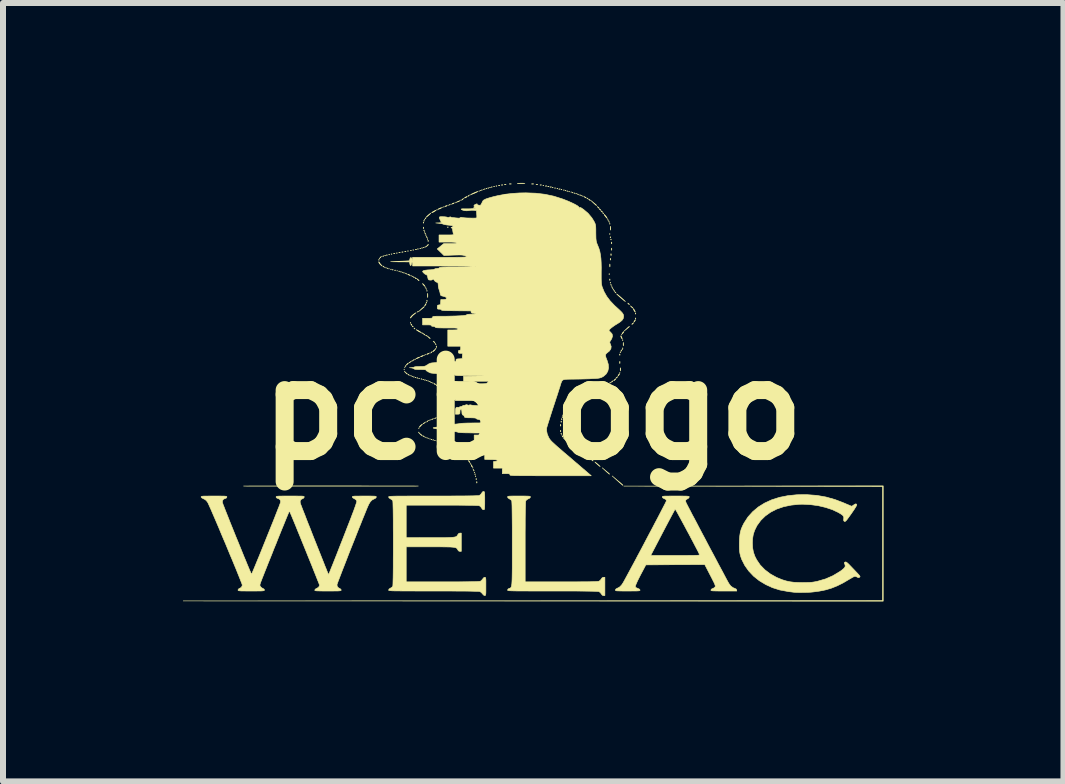
<source format=kicad_pcb>
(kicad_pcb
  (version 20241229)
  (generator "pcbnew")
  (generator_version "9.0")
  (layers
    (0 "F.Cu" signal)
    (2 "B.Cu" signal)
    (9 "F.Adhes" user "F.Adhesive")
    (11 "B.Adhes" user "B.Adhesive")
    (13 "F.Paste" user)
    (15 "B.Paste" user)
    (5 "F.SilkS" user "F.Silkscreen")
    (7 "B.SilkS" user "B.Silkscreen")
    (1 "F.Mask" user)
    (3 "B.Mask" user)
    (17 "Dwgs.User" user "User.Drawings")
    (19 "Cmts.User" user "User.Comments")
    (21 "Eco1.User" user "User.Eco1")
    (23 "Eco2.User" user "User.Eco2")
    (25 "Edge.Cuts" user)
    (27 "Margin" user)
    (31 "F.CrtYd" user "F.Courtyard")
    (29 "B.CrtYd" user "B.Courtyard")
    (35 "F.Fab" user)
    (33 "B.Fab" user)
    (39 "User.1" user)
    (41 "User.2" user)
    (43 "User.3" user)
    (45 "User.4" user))
  (footprint "pcblogo"
    (layer "F.Cu")
    (at 5.832 3.78)
    (property "Reference" "pcblogo" (at 0 0 0) (layer "F.SilkS") (effects (font (size 1.524 1.524) (thickness 0.3))))
    (attr through_hole)
    (fp_poly (pts (xy -2.55 -2.519) (xy -2.555 -2.515) (xy -2.56 -2.519) (xy -2.555 -2.523) (xy -2.55 -2.519)) (stroke (width 0.01) (type solid)) (fill yes) (layer "F.SilkS"))
    (fp_poly (pts (xy -2.511 -2.553) (xy -2.516 -2.548) (xy -2.52 -2.553) (xy -2.516 -2.557) (xy -2.511 -2.553)) (stroke (width 0.01) (type solid)) (fill yes) (layer "F.SilkS"))
    (fp_poly (pts (xy -2.462 -2.375) (xy -2.467 -2.371) (xy -2.472 -2.375) (xy -2.467 -2.379) (xy -2.462 -2.375)) (stroke (width 0.01) (type solid)) (fill yes) (layer "F.SilkS"))
    (fp_poly (pts (xy -2.442 -2.366) (xy -2.447 -2.362) (xy -2.452 -2.366) (xy -2.447 -2.371) (xy -2.442 -2.366)) (stroke (width 0.01) (type solid)) (fill yes) (layer "F.SilkS"))
    (fp_poly (pts (xy -2.393 -2.35) (xy -2.398 -2.345) (xy -2.403 -2.35) (xy -2.398 -2.354) (xy -2.393 -2.35)) (stroke (width 0.01) (type solid)) (fill yes) (layer "F.SilkS"))
    (fp_poly (pts (xy -2.257 -2.316) (xy -2.262 -2.311) (xy -2.266 -2.316) (xy -2.262 -2.32) (xy -2.257 -2.316)) (stroke (width 0.01) (type solid)) (fill yes) (layer "F.SilkS"))
    (fp_poly (pts (xy -2.169 -2.29) (xy -2.174 -2.286) (xy -2.179 -2.29) (xy -2.174 -2.294) (xy -2.169 -2.29)) (stroke (width 0.01) (type solid)) (fill yes) (layer "F.SilkS"))
    (fp_poly (pts (xy -2.139 -0.673) (xy -2.144 -0.669) (xy -2.149 -0.673) (xy -2.144 -0.677) (xy -2.139 -0.673)) (stroke (width 0.01) (type solid)) (fill yes) (layer "F.SilkS"))
    (fp_poly (pts (xy -2.13 -0.707) (xy -2.135 -0.703) (xy -2.139 -0.707) (xy -2.135 -0.711) (xy -2.13 -0.707)) (stroke (width 0.01) (type solid)) (fill yes) (layer "F.SilkS"))
    (fp_poly (pts (xy -2.13 -0.639) (xy -2.135 -0.635) (xy -2.139 -0.639) (xy -2.135 -0.643) (xy -2.13 -0.639)) (stroke (width 0.01) (type solid)) (fill yes) (layer "F.SilkS"))
    (fp_poly (pts (xy -2.12 -2.273) (xy -2.125 -2.269) (xy -2.13 -2.273) (xy -2.125 -2.278) (xy -2.12 -2.273)) (stroke (width 0.01) (type solid)) (fill yes) (layer "F.SilkS"))
    (fp_poly (pts (xy -2.1 -2.265) (xy -2.105 -2.261) (xy -2.11 -2.265) (xy -2.105 -2.269) (xy -2.1 -2.265)) (stroke (width 0.01) (type solid)) (fill yes) (layer "F.SilkS"))
    (fp_poly (pts (xy -2.042 -0.572) (xy -2.047 -0.567) (xy -2.052 -0.572) (xy -2.047 -0.576) (xy -2.042 -0.572)) (stroke (width 0.01) (type solid)) (fill yes) (layer "F.SilkS"))
    (fp_poly (pts (xy -2.022 -2.231) (xy -2.027 -2.227) (xy -2.032 -2.231) (xy -2.027 -2.235) (xy -2.022 -2.231)) (stroke (width 0.01) (type solid)) (fill yes) (layer "F.SilkS"))
    (fp_poly (pts (xy -2.022 -0.563) (xy -2.027 -0.559) (xy -2.032 -0.563) (xy -2.027 -0.567) (xy -2.022 -0.563)) (stroke (width 0.01) (type solid)) (fill yes) (layer "F.SilkS"))
    (fp_poly (pts (xy -2.003 -2.223) (xy -2.008 -2.218) (xy -2.012 -2.223) (xy -2.008 -2.227) (xy -2.003 -2.223)) (stroke (width 0.01) (type solid)) (fill yes) (layer "F.SilkS"))
    (fp_poly (pts (xy -2.003 -0.555) (xy -2.008 -0.55) (xy -2.012 -0.555) (xy -2.008 -0.559) (xy -2.003 -0.555)) (stroke (width 0.01) (type solid)) (fill yes) (layer "F.SilkS"))
    (fp_poly (pts (xy -1.954 -0.842) (xy -1.959 -0.838) (xy -1.964 -0.842) (xy -1.959 -0.847) (xy -1.954 -0.842)) (stroke (width 0.01) (type solid)) (fill yes) (layer "F.SilkS"))
    (fp_poly (pts (xy -1.895 0.309) (xy -1.9 0.313) (xy -1.905 0.309) (xy -1.9 0.305) (xy -1.895 0.309)) (stroke (width 0.01) (type solid)) (fill yes) (layer "F.SilkS"))
    (fp_poly (pts (xy -1.895 0.377) (xy -1.9 0.381) (xy -1.905 0.377) (xy -1.9 0.373) (xy -1.895 0.377)) (stroke (width 0.01) (type solid)) (fill yes) (layer "F.SilkS"))
    (fp_poly (pts (xy -1.798 -3.171) (xy -1.802 -3.167) (xy -1.807 -3.171) (xy -1.802 -3.175) (xy -1.798 -3.171)) (stroke (width 0.01) (type solid)) (fill yes) (layer "F.SilkS"))
    (fp_poly (pts (xy -1.798 -0.91) (xy -1.802 -0.906) (xy -1.807 -0.91) (xy -1.802 -0.914) (xy -1.798 -0.91)) (stroke (width 0.01) (type solid)) (fill yes) (layer "F.SilkS"))
    (fp_poly (pts (xy -1.798 0.453) (xy -1.802 0.457) (xy -1.807 0.453) (xy -1.802 0.449) (xy -1.798 0.453)) (stroke (width 0.01) (type solid)) (fill yes) (layer "F.SilkS"))
    (fp_poly (pts (xy -1.788 -2.714) (xy -1.793 -2.709) (xy -1.798 -2.714) (xy -1.793 -2.718) (xy -1.788 -2.714)) (stroke (width 0.01) (type solid)) (fill yes) (layer "F.SilkS"))
    (fp_poly (pts (xy -1.788 -2.045) (xy -1.793 -2.04) (xy -1.798 -2.045) (xy -1.793 -2.049) (xy -1.788 -2.045)) (stroke (width 0.01) (type solid)) (fill yes) (layer "F.SilkS"))
    (fp_poly (pts (xy -1.778 -2.028) (xy -1.783 -2.024) (xy -1.788 -2.028) (xy -1.783 -2.032) (xy -1.778 -2.028)) (stroke (width 0.01) (type solid)) (fill yes) (layer "F.SilkS"))
    (fp_poly (pts (xy -1.778 -0.919) (xy -1.783 -0.914) (xy -1.788 -0.919) (xy -1.783 -0.923) (xy -1.778 -0.919)) (stroke (width 0.01) (type solid)) (fill yes) (layer "F.SilkS"))
    (fp_poly (pts (xy -1.778 0.207) (xy -1.783 0.212) (xy -1.788 0.207) (xy -1.783 0.203) (xy -1.778 0.207)) (stroke (width 0.01) (type solid)) (fill yes) (layer "F.SilkS"))
    (fp_poly (pts (xy -1.778 0.461) (xy -1.783 0.466) (xy -1.788 0.461) (xy -1.783 0.457) (xy -1.778 0.461)) (stroke (width 0.01) (type solid)) (fill yes) (layer "F.SilkS"))
    (fp_poly (pts (xy -1.768 -2.891) (xy -1.773 -2.887) (xy -1.778 -2.891) (xy -1.773 -2.896) (xy -1.768 -2.891)) (stroke (width 0.01) (type solid)) (fill yes) (layer "F.SilkS"))
    (fp_poly (pts (xy -1.768 -2.011) (xy -1.773 -2.007) (xy -1.778 -2.011) (xy -1.773 -2.015) (xy -1.768 -2.011)) (stroke (width 0.01) (type solid)) (fill yes) (layer "F.SilkS"))
    (fp_poly (pts (xy -1.758 0.47) (xy -1.763 0.474) (xy -1.768 0.47) (xy -1.763 0.466) (xy -1.758 0.47)) (stroke (width 0.01) (type solid)) (fill yes) (layer "F.SilkS"))
    (fp_poly (pts (xy -1.739 -0.478) (xy -1.744 -0.474) (xy -1.749 -0.478) (xy -1.744 -0.483) (xy -1.739 -0.478)) (stroke (width 0.01) (type solid)) (fill yes) (layer "F.SilkS"))
    (fp_poly (pts (xy -1.739 0.478) (xy -1.744 0.483) (xy -1.749 0.478) (xy -1.744 0.474) (xy -1.739 0.478)) (stroke (width 0.01) (type solid)) (fill yes) (layer "F.SilkS"))
    (fp_poly (pts (xy -1.729 0.182) (xy -1.734 0.186) (xy -1.739 0.182) (xy -1.734 0.178) (xy -1.729 0.182)) (stroke (width 0.01) (type solid)) (fill yes) (layer "F.SilkS"))
    (fp_poly (pts (xy -1.719 -0.47) (xy -1.724 -0.466) (xy -1.729 -0.47) (xy -1.724 -0.474) (xy -1.719 -0.47)) (stroke (width 0.01) (type solid)) (fill yes) (layer "F.SilkS"))
    (fp_poly (pts (xy -1.71 -0.944) (xy -1.714 -0.94) (xy -1.719 -0.944) (xy -1.714 -0.948) (xy -1.71 -0.944)) (stroke (width 0.01) (type solid)) (fill yes) (layer "F.SilkS"))
    (fp_poly (pts (xy -1.71 0.174) (xy -1.714 0.178) (xy -1.719 0.174) (xy -1.714 0.169) (xy -1.71 0.174)) (stroke (width 0.01) (type solid)) (fill yes) (layer "F.SilkS"))
    (fp_poly (pts (xy -1.71 0.487) (xy -1.714 0.491) (xy -1.719 0.487) (xy -1.714 0.483) (xy -1.71 0.487)) (stroke (width 0.01) (type solid)) (fill yes) (layer "F.SilkS"))
    (fp_poly (pts (xy -1.7 -0.461) (xy -1.705 -0.457) (xy -1.71 -0.461) (xy -1.705 -0.466) (xy -1.7 -0.461)) (stroke (width 0.01) (type solid)) (fill yes) (layer "F.SilkS"))
    (fp_poly (pts (xy -1.69 0.165) (xy -1.695 0.169) (xy -1.7 0.165) (xy -1.695 0.161) (xy -1.69 0.165)) (stroke (width 0.01) (type solid)) (fill yes) (layer "F.SilkS"))
    (fp_poly (pts (xy -1.68 -0.453) (xy -1.685 -0.449) (xy -1.69 -0.453) (xy -1.685 -0.457) (xy -1.68 -0.453)) (stroke (width 0.01) (type solid)) (fill yes) (layer "F.SilkS"))
    (fp_poly (pts (xy -1.661 -0.445) (xy -1.666 -0.44) (xy -1.671 -0.445) (xy -1.666 -0.449) (xy -1.661 -0.445)) (stroke (width 0.01) (type solid)) (fill yes) (layer "F.SilkS"))
    (fp_poly (pts (xy -1.641 0.148) (xy -1.646 0.152) (xy -1.651 0.148) (xy -1.646 0.144) (xy -1.641 0.148)) (stroke (width 0.01) (type solid)) (fill yes) (layer "F.SilkS"))
    (fp_poly (pts (xy -1.622 -1.105) (xy -1.627 -1.101) (xy -1.631 -1.105) (xy -1.627 -1.109) (xy -1.622 -1.105)) (stroke (width 0.01) (type solid)) (fill yes) (layer "F.SilkS"))
    (fp_poly (pts (xy -1.612 -1.088) (xy -1.617 -1.084) (xy -1.622 -1.088) (xy -1.617 -1.092) (xy -1.612 -1.088)) (stroke (width 0.01) (type solid)) (fill yes) (layer "F.SilkS"))
    (fp_poly (pts (xy -1.612 -1.02) (xy -1.617 -1.016) (xy -1.622 -1.02) (xy -1.617 -1.024) (xy -1.612 -1.02)) (stroke (width 0.01) (type solid)) (fill yes) (layer "F.SilkS"))
    (fp_poly (pts (xy -1.592 -3.332) (xy -1.597 -3.327) (xy -1.602 -3.332) (xy -1.597 -3.336) (xy -1.592 -3.332)) (stroke (width 0.01) (type solid)) (fill yes) (layer "F.SilkS"))
    (fp_poly (pts (xy -1.534 0.114) (xy -1.539 0.119) (xy -1.544 0.114) (xy -1.539 0.11) (xy -1.534 0.114)) (stroke (width 0.01) (type solid)) (fill yes) (layer "F.SilkS"))
    (fp_poly (pts (xy -1.495 -3.374) (xy -1.5 -3.37) (xy -1.504 -3.374) (xy -1.5 -3.378) (xy -1.495 -3.374)) (stroke (width 0.01) (type solid)) (fill yes) (layer "F.SilkS"))
    (fp_poly (pts (xy -1.475 -3.382) (xy -1.48 -3.378) (xy -1.485 -3.382) (xy -1.48 -3.387) (xy -1.475 -3.382)) (stroke (width 0.01) (type solid)) (fill yes) (layer "F.SilkS"))
    (fp_poly (pts (xy -1.465 -0.275) (xy -1.47 -0.271) (xy -1.475 -0.275) (xy -1.47 -0.279) (xy -1.465 -0.275)) (stroke (width 0.01) (type solid)) (fill yes) (layer "F.SilkS"))
    (fp_poly (pts (xy -1.456 -0.258) (xy -1.46 -0.254) (xy -1.465 -0.258) (xy -1.46 -0.262) (xy -1.456 -0.258)) (stroke (width 0.01) (type solid)) (fill yes) (layer "F.SilkS"))
    (fp_poly (pts (xy -1.446 -0.241) (xy -1.451 -0.237) (xy -1.456 -0.241) (xy -1.451 -0.246) (xy -1.446 -0.241)) (stroke (width 0.01) (type solid)) (fill yes) (layer "F.SilkS"))
    (fp_poly (pts (xy -1.446 0.038) (xy -1.451 0.042) (xy -1.456 0.038) (xy -1.451 0.034) (xy -1.446 0.038)) (stroke (width 0.01) (type solid)) (fill yes) (layer "F.SilkS"))
    (fp_poly (pts (xy -1.436 0.021) (xy -1.441 0.025) (xy -1.446 0.021) (xy -1.441 0.017) (xy -1.436 0.021)) (stroke (width 0.01) (type solid)) (fill yes) (layer "F.SilkS"))
    (fp_poly (pts (xy -1.436 0.563) (xy -1.441 0.567) (xy -1.446 0.563) (xy -1.441 0.559) (xy -1.436 0.563)) (stroke (width 0.01) (type solid)) (fill yes) (layer "F.SilkS"))
    (fp_poly (pts (xy -1.417 0.571) (xy -1.421 0.576) (xy -1.426 0.571) (xy -1.421 0.567) (xy -1.417 0.571)) (stroke (width 0.01) (type solid)) (fill yes) (layer "F.SilkS"))
    (fp_poly (pts (xy -1.407 -3.408) (xy -1.412 -3.404) (xy -1.417 -3.408) (xy -1.412 -3.412) (xy -1.407 -3.408)) (stroke (width 0.01) (type solid)) (fill yes) (layer "F.SilkS"))
    (fp_poly (pts (xy -1.397 0.58) (xy -1.402 0.584) (xy -1.407 0.58) (xy -1.402 0.576) (xy -1.397 0.58)) (stroke (width 0.01) (type solid)) (fill yes) (layer "F.SilkS"))
    (fp_poly (pts (xy -1.377 0.588) (xy -1.382 0.593) (xy -1.387 0.588) (xy -1.382 0.584) (xy -1.377 0.588)) (stroke (width 0.01) (type solid)) (fill yes) (layer "F.SilkS"))
    (fp_poly (pts (xy -1.358 -3.425) (xy -1.363 -3.421) (xy -1.368 -3.425) (xy -1.363 -3.429) (xy -1.358 -3.425)) (stroke (width 0.01) (type solid)) (fill yes) (layer "F.SilkS"))
    (fp_poly (pts (xy -1.358 0.597) (xy -1.363 0.601) (xy -1.368 0.597) (xy -1.363 0.593) (xy -1.358 0.597)) (stroke (width 0.01) (type solid)) (fill yes) (layer "F.SilkS"))
    (fp_poly (pts (xy -1.29 -3.45) (xy -1.294 -3.446) (xy -1.299 -3.45) (xy -1.294 -3.454) (xy -1.29 -3.45)) (stroke (width 0.01) (type solid)) (fill yes) (layer "F.SilkS"))
    (fp_poly (pts (xy -1.27 -3.459) (xy -1.275 -3.454) (xy -1.28 -3.459) (xy -1.275 -3.463) (xy -1.27 -3.459)) (stroke (width 0.01) (type solid)) (fill yes) (layer "F.SilkS"))
    (fp_poly (pts (xy -1.192 -3.493) (xy -1.197 -3.488) (xy -1.202 -3.493) (xy -1.197 -3.497) (xy -1.192 -3.493)) (stroke (width 0.01) (type solid)) (fill yes) (layer "F.SilkS"))
    (fp_poly (pts (xy -1.075 0.834) (xy -1.079 0.838) (xy -1.084 0.834) (xy -1.079 0.83) (xy -1.075 0.834)) (stroke (width 0.01) (type solid)) (fill yes) (layer "F.SilkS"))
    (fp_poly (pts (xy -1.045 -3.577) (xy -1.05 -3.573) (xy -1.055 -3.577) (xy -1.05 -3.581) (xy -1.045 -3.577)) (stroke (width 0.01) (type solid)) (fill yes) (layer "F.SilkS"))
    (fp_poly (pts (xy -1.036 0.893) (xy -1.04 0.897) (xy -1.045 0.893) (xy -1.04 0.889) (xy -1.036 0.893)) (stroke (width 0.01) (type solid)) (fill yes) (layer "F.SilkS"))
    (fp_poly (pts (xy -1.026 0.91) (xy -1.031 0.914) (xy -1.036 0.91) (xy -1.031 0.906) (xy -1.026 0.91)) (stroke (width 0.01) (type solid)) (fill yes) (layer "F.SilkS"))
    (fp_poly (pts (xy -0.996 0.969) (xy -1.001 0.974) (xy -1.006 0.969) (xy -1.001 0.965) (xy -0.996 0.969)) (stroke (width 0.01) (type solid)) (fill yes) (layer "F.SilkS"))
    (fp_poly (pts (xy -0.987 0.995) (xy -0.992 0.999) (xy -0.996 0.995) (xy -0.992 0.991) (xy -0.987 0.995)) (stroke (width 0.01) (type solid)) (fill yes) (layer "F.SilkS"))
    (fp_poly (pts (xy -0.967 1.046) (xy -0.972 1.05) (xy -0.977 1.046) (xy -0.972 1.041) (xy -0.967 1.046)) (stroke (width 0.01) (type solid)) (fill yes) (layer "F.SilkS"))
    (fp_poly (pts (xy -0.889 -3.645) (xy -0.894 -3.641) (xy -0.899 -3.645) (xy -0.894 -3.649) (xy -0.889 -3.645)) (stroke (width 0.01) (type solid)) (fill yes) (layer "F.SilkS"))
    (fp_poly (pts (xy -0.869 -3.653) (xy -0.874 -3.649) (xy -0.879 -3.653) (xy -0.874 -3.658) (xy -0.869 -3.653)) (stroke (width 0.01) (type solid)) (fill yes) (layer "F.SilkS"))
    (fp_poly (pts (xy -0.821 -3.67) (xy -0.826 -3.666) (xy -0.83 -3.67) (xy -0.826 -3.675) (xy -0.821 -3.67)) (stroke (width 0.01) (type solid)) (fill yes) (layer "F.SilkS"))
    (fp_poly (pts (xy 0.488 0.419) (xy 0.484 0.423) (xy 0.479 0.419) (xy 0.484 0.415) (xy 0.488 0.419)) (stroke (width 0.01) (type solid)) (fill yes) (layer "F.SilkS"))
    (fp_poly (pts (xy 0.606 -0.191) (xy 0.601 -0.186) (xy 0.596 -0.191) (xy 0.601 -0.195) (xy 0.606 -0.191)) (stroke (width 0.01) (type solid)) (fill yes) (layer "F.SilkS"))
    (fp_poly (pts (xy 0.625 -0.233) (xy 0.62 -0.229) (xy 0.615 -0.233) (xy 0.62 -0.237) (xy 0.625 -0.233)) (stroke (width 0.01) (type solid)) (fill yes) (layer "F.SilkS"))
    (fp_poly (pts (xy 0.635 -0.25) (xy 0.63 -0.246) (xy 0.625 -0.25) (xy 0.63 -0.254) (xy 0.635 -0.25)) (stroke (width 0.01) (type solid)) (fill yes) (layer "F.SilkS"))
    (fp_poly (pts (xy 0.645 -3.628) (xy 0.64 -3.624) (xy 0.635 -3.628) (xy 0.64 -3.632) (xy 0.645 -3.628)) (stroke (width 0.01) (type solid)) (fill yes) (layer "F.SilkS"))
    (fp_poly (pts (xy 0.752 -3.594) (xy 0.747 -3.59) (xy 0.742 -3.594) (xy 0.747 -3.598) (xy 0.752 -3.594)) (stroke (width 0.01) (type solid)) (fill yes) (layer "F.SilkS"))
    (fp_poly (pts (xy 0.752 -0.36) (xy 0.747 -0.356) (xy 0.742 -0.36) (xy 0.747 -0.364) (xy 0.752 -0.36)) (stroke (width 0.01) (type solid)) (fill yes) (layer "F.SilkS"))
    (fp_poly (pts (xy 0.772 -3.586) (xy 0.767 -3.581) (xy 0.762 -3.586) (xy 0.767 -3.59) (xy 0.772 -3.586)) (stroke (width 0.01) (type solid)) (fill yes) (layer "F.SilkS"))
    (fp_poly (pts (xy 0.821 -3.569) (xy 0.816 -3.564) (xy 0.811 -3.569) (xy 0.816 -3.573) (xy 0.821 -3.569)) (stroke (width 0.01) (type solid)) (fill yes) (layer "F.SilkS"))
    (fp_poly (pts (xy 0.84 -3.56) (xy 0.835 -3.556) (xy 0.83 -3.56) (xy 0.835 -3.564) (xy 0.84 -3.56)) (stroke (width 0.01) (type solid)) (fill yes) (layer "F.SilkS"))
    (fp_poly (pts (xy 1.211 -0.411) (xy 1.206 -0.406) (xy 1.202 -0.411) (xy 1.206 -0.415) (xy 1.211 -0.411)) (stroke (width 0.01) (type solid)) (fill yes) (layer "F.SilkS"))
    (fp_poly (pts (xy 1.25 -3.179) (xy 1.246 -3.175) (xy 1.241 -3.179) (xy 1.246 -3.183) (xy 1.25 -3.179)) (stroke (width 0.01) (type solid)) (fill yes) (layer "F.SilkS"))
    (fp_poly (pts (xy 1.26 -3.162) (xy 1.255 -3.158) (xy 1.25 -3.162) (xy 1.255 -3.167) (xy 1.26 -3.162)) (stroke (width 0.01) (type solid)) (fill yes) (layer "F.SilkS"))
    (fp_poly (pts (xy 1.27 -3.145) (xy 1.265 -3.141) (xy 1.26 -3.145) (xy 1.265 -3.15) (xy 1.27 -3.145)) (stroke (width 0.01) (type solid)) (fill yes) (layer "F.SilkS"))
    (fp_poly (pts (xy 1.28 -3.128) (xy 1.275 -3.124) (xy 1.27 -3.128) (xy 1.275 -3.133) (xy 1.28 -3.128)) (stroke (width 0.01) (type solid)) (fill yes) (layer "F.SilkS"))
    (fp_poly (pts (xy 1.319 -2.062) (xy 1.314 -2.057) (xy 1.309 -2.062) (xy 1.314 -2.066) (xy 1.319 -2.062)) (stroke (width 0.01) (type solid)) (fill yes) (layer "F.SilkS"))
    (fp_poly (pts (xy 1.338 -2.019) (xy 1.333 -2.015) (xy 1.329 -2.019) (xy 1.333 -2.024) (xy 1.338 -2.019)) (stroke (width 0.01) (type solid)) (fill yes) (layer "F.SilkS"))
    (fp_poly (pts (xy 1.348 -2.002) (xy 1.343 -1.998) (xy 1.338 -2.002) (xy 1.343 -2.007) (xy 1.348 -2.002)) (stroke (width 0.01) (type solid)) (fill yes) (layer "F.SilkS"))
    (fp_poly (pts (xy 1.456 -0.614) (xy 1.451 -0.61) (xy 1.446 -0.614) (xy 1.451 -0.618) (xy 1.456 -0.614)) (stroke (width 0.01) (type solid)) (fill yes) (layer "F.SilkS"))
    (fp_poly (pts (xy 1.485 -1.249) (xy 1.48 -1.245) (xy 1.475 -1.249) (xy 1.48 -1.253) (xy 1.485 -1.249)) (stroke (width 0.01) (type solid)) (fill yes) (layer "F.SilkS"))
    (fp_poly (pts (xy 1.495 -1.003) (xy 1.49 -0.999) (xy 1.485 -1.003) (xy 1.49 -1.008) (xy 1.495 -1.003)) (stroke (width 0.01) (type solid)) (fill yes) (layer "F.SilkS"))
    (fp_poly (pts (xy -2.563 -2.503) (xy -2.562 -2.493) (xy -2.563 -2.492) (xy -2.569 -2.493) (xy -2.569 -2.498) (xy -2.566 -2.505) (xy -2.563 -2.503)) (stroke (width 0.01) (type solid)) (fill yes) (layer "F.SilkS"))
    (fp_poly (pts (xy -2.485 -2.563) (xy -2.486 -2.558) (xy -2.491 -2.557) (xy -2.499 -2.56) (xy -2.498 -2.563) (xy -2.486 -2.564) (xy -2.485 -2.563)) (stroke (width 0.01) (type solid)) (fill yes) (layer "F.SilkS"))
    (fp_poly (pts (xy -2.455 -2.571) (xy -2.457 -2.566) (xy -2.462 -2.565) (xy -2.47 -2.568) (xy -2.468 -2.571) (xy -2.457 -2.572) (xy -2.455 -2.571)) (stroke (width 0.01) (type solid)) (fill yes) (layer "F.SilkS"))
    (fp_poly (pts (xy -2.426 -2.58) (xy -2.427 -2.574) (xy -2.433 -2.574) (xy -2.441 -2.577) (xy -2.439 -2.58) (xy -2.427 -2.581) (xy -2.426 -2.58)) (stroke (width 0.01) (type solid)) (fill yes) (layer "F.SilkS"))
    (fp_poly (pts (xy -2.416 -2.359) (xy -2.418 -2.354) (xy -2.423 -2.354) (xy -2.431 -2.357) (xy -2.429 -2.359) (xy -2.418 -2.36) (xy -2.416 -2.359)) (stroke (width 0.01) (type solid)) (fill yes) (layer "F.SilkS"))
    (fp_poly (pts (xy -2.387 -2.588) (xy -2.388 -2.583) (xy -2.393 -2.582) (xy -2.402 -2.585) (xy -2.4 -2.588) (xy -2.388 -2.589) (xy -2.387 -2.588)) (stroke (width 0.01) (type solid)) (fill yes) (layer "F.SilkS"))
    (fp_poly (pts (xy -2.358 -2.342) (xy -2.359 -2.337) (xy -2.364 -2.337) (xy -2.372 -2.34) (xy -2.371 -2.342) (xy -2.359 -2.343) (xy -2.358 -2.342)) (stroke (width 0.01) (type solid)) (fill yes) (layer "F.SilkS"))
    (fp_poly (pts (xy -2.348 -2.596) (xy -2.349 -2.591) (xy -2.354 -2.591) (xy -2.362 -2.594) (xy -2.361 -2.596) (xy -2.349 -2.597) (xy -2.348 -2.596)) (stroke (width 0.01) (type solid)) (fill yes) (layer "F.SilkS"))
    (fp_poly (pts (xy -2.328 -2.334) (xy -2.33 -2.329) (xy -2.335 -2.328) (xy -2.343 -2.331) (xy -2.341 -2.334) (xy -2.33 -2.335) (xy -2.328 -2.334)) (stroke (width 0.01) (type solid)) (fill yes) (layer "F.SilkS"))
    (fp_poly (pts (xy -2.298 -2.604) (xy -2.301 -2.601) (xy -2.311 -2.6) (xy -2.322 -2.602) (xy -2.317 -2.605) (xy -2.302 -2.606) (xy -2.298 -2.604)) (stroke (width 0.01) (type solid)) (fill yes) (layer "F.SilkS"))
    (fp_poly (pts (xy -2.289 -2.326) (xy -2.291 -2.32) (xy -2.296 -2.32) (xy -2.304 -2.323) (xy -2.302 -2.326) (xy -2.291 -2.327) (xy -2.289 -2.326)) (stroke (width 0.01) (type solid)) (fill yes) (layer "F.SilkS"))
    (fp_poly (pts (xy -2.26 -2.613) (xy -2.261 -2.608) (xy -2.266 -2.608) (xy -2.275 -2.611) (xy -2.273 -2.613) (xy -2.261 -2.614) (xy -2.26 -2.613)) (stroke (width 0.01) (type solid)) (fill yes) (layer "F.SilkS"))
    (fp_poly (pts (xy -2.221 -2.309) (xy -2.222 -2.304) (xy -2.227 -2.303) (xy -2.235 -2.306) (xy -2.234 -2.309) (xy -2.222 -2.31) (xy -2.221 -2.309)) (stroke (width 0.01) (type solid)) (fill yes) (layer "F.SilkS"))
    (fp_poly (pts (xy -2.21 -2.621) (xy -2.213 -2.617) (xy -2.223 -2.617) (xy -2.234 -2.619) (xy -2.229 -2.622) (xy -2.214 -2.623) (xy -2.21 -2.621)) (stroke (width 0.01) (type solid)) (fill yes) (layer "F.SilkS"))
    (fp_poly (pts (xy -2.192 -2.3) (xy -2.193 -2.295) (xy -2.198 -2.294) (xy -2.206 -2.298) (xy -2.205 -2.3) (xy -2.193 -2.301) (xy -2.192 -2.3)) (stroke (width 0.01) (type solid)) (fill yes) (layer "F.SilkS"))
    (fp_poly (pts (xy -2.162 -2.63) (xy -2.165 -2.626) (xy -2.174 -2.625) (xy -2.185 -2.627) (xy -2.18 -2.63) (xy -2.165 -2.631) (xy -2.162 -2.63)) (stroke (width 0.01) (type solid)) (fill yes) (layer "F.SilkS"))
    (fp_poly (pts (xy -2.143 -2.283) (xy -2.144 -2.278) (xy -2.149 -2.278) (xy -2.157 -2.281) (xy -2.156 -2.283) (xy -2.144 -2.284) (xy -2.143 -2.283)) (stroke (width 0.01) (type solid)) (fill yes) (layer "F.SilkS"))
    (fp_poly (pts (xy -2.113 -2.638) (xy -2.116 -2.634) (xy -2.126 -2.634) (xy -2.136 -2.636) (xy -2.132 -2.639) (xy -2.116 -2.64) (xy -2.113 -2.638)) (stroke (width 0.01) (type solid)) (fill yes) (layer "F.SilkS"))
    (fp_poly (pts (xy -2.074 -2.647) (xy -2.076 -2.642) (xy -2.081 -2.642) (xy -2.089 -2.645) (xy -2.087 -2.647) (xy -2.076 -2.648) (xy -2.074 -2.647)) (stroke (width 0.01) (type solid)) (fill yes) (layer "F.SilkS"))
    (fp_poly (pts (xy -2.035 -1.453) (xy -2.034 -1.443) (xy -2.035 -1.442) (xy -2.041 -1.443) (xy -2.042 -1.448) (xy -2.038 -1.455) (xy -2.035 -1.453)) (stroke (width 0.01) (type solid)) (fill yes) (layer "F.SilkS"))
    (fp_poly (pts (xy -2.025 -2.656) (xy -2.027 -2.651) (xy -2.032 -2.65) (xy -2.04 -2.653) (xy -2.039 -2.656) (xy -2.027 -2.657) (xy -2.025 -2.656)) (stroke (width 0.01) (type solid)) (fill yes) (layer "F.SilkS"))
    (fp_poly (pts (xy -1.986 -2.664) (xy -1.988 -2.659) (xy -1.993 -2.659) (xy -2.001 -2.662) (xy -1.999 -2.664) (xy -1.988 -2.665) (xy -1.986 -2.664)) (stroke (width 0.01) (type solid)) (fill yes) (layer "F.SilkS"))
    (fp_poly (pts (xy -1.977 -0.548) (xy -1.978 -0.542) (xy -1.983 -0.542) (xy -1.991 -0.545) (xy -1.99 -0.548) (xy -1.978 -0.549) (xy -1.977 -0.548)) (stroke (width 0.01) (type solid)) (fill yes) (layer "F.SilkS"))
    (fp_poly (pts (xy -1.947 -0.539) (xy -1.949 -0.534) (xy -1.954 -0.533) (xy -1.962 -0.536) (xy -1.96 -0.539) (xy -1.949 -0.54) (xy -1.947 -0.539)) (stroke (width 0.01) (type solid)) (fill yes) (layer "F.SilkS"))
    (fp_poly (pts (xy -1.937 -2.672) (xy -1.94 -2.668) (xy -1.95 -2.668) (xy -1.96 -2.67) (xy -1.956 -2.673) (xy -1.94 -2.674) (xy -1.937 -2.672)) (stroke (width 0.01) (type solid)) (fill yes) (layer "F.SilkS"))
    (fp_poly (pts (xy -1.918 -0.531) (xy -1.919 -0.526) (xy -1.925 -0.525) (xy -1.933 -0.528) (xy -1.931 -0.531) (xy -1.919 -0.532) (xy -1.918 -0.531)) (stroke (width 0.01) (type solid)) (fill yes) (layer "F.SilkS"))
    (fp_poly (pts (xy -1.908 -2.681) (xy -1.91 -2.676) (xy -1.915 -2.675) (xy -1.923 -2.679) (xy -1.921 -2.681) (xy -1.91 -2.682) (xy -1.908 -2.681)) (stroke (width 0.01) (type solid)) (fill yes) (layer "F.SilkS"))
    (fp_poly (pts (xy -1.889 -0.522) (xy -1.89 -0.517) (xy -1.895 -0.516) (xy -1.903 -0.52) (xy -1.902 -0.522) (xy -1.89 -0.523) (xy -1.889 -0.522)) (stroke (width 0.01) (type solid)) (fill yes) (layer "F.SilkS"))
    (fp_poly (pts (xy -1.869 -2.69) (xy -1.871 -2.685) (xy -1.876 -2.684) (xy -1.884 -2.687) (xy -1.882 -2.69) (xy -1.871 -2.691) (xy -1.869 -2.69)) (stroke (width 0.01) (type solid)) (fill yes) (layer "F.SilkS"))
    (fp_poly (pts (xy -1.85 -0.514) (xy -1.851 -0.509) (xy -1.856 -0.508) (xy -1.864 -0.511) (xy -1.863 -0.514) (xy -1.851 -0.515) (xy -1.85 -0.514)) (stroke (width 0.01) (type solid)) (fill yes) (layer "F.SilkS"))
    (fp_poly (pts (xy -1.84 -2.698) (xy -1.841 -2.693) (xy -1.846 -2.692) (xy -1.854 -2.695) (xy -1.853 -2.698) (xy -1.841 -2.699) (xy -1.84 -2.698)) (stroke (width 0.01) (type solid)) (fill yes) (layer "F.SilkS"))
    (fp_poly (pts (xy -1.82 -3.042) (xy -1.819 -3.024) (xy -1.82 -3.02) (xy -1.824 -3.019) (xy -1.825 -3.031) (xy -1.824 -3.043) (xy -1.82 -3.042)) (stroke (width 0.01) (type solid)) (fill yes) (layer "F.SilkS"))
    (fp_poly (pts (xy -1.82 -0.505) (xy -1.822 -0.5) (xy -1.827 -0.5) (xy -1.835 -0.503) (xy -1.833 -0.505) (xy -1.822 -0.506) (xy -1.82 -0.505)) (stroke (width 0.01) (type solid)) (fill yes) (layer "F.SilkS"))
    (fp_poly (pts (xy -1.82 -3.126) (xy -1.819 -3.113) (xy -1.821 -3.11) (xy -1.825 -3.112) (xy -1.826 -3.121) (xy -1.824 -3.13) (xy -1.82 -3.126)) (stroke (width 0.01) (type solid)) (fill yes) (layer "F.SilkS"))
    (fp_poly (pts (xy -1.811 -3.155) (xy -1.809 -3.145) (xy -1.811 -3.144) (xy -1.816 -3.145) (xy -1.817 -3.15) (xy -1.814 -3.157) (xy -1.811 -3.155)) (stroke (width 0.01) (type solid)) (fill yes) (layer "F.SilkS"))
    (fp_poly (pts (xy -1.811 -2.994) (xy -1.809 -2.984) (xy -1.811 -2.983) (xy -1.816 -2.984) (xy -1.817 -2.989) (xy -1.814 -2.996) (xy -1.811 -2.994)) (stroke (width 0.01) (type solid)) (fill yes) (layer "F.SilkS"))
    (fp_poly (pts (xy -1.811 -2.707) (xy -1.812 -2.701) (xy -1.817 -2.701) (xy -1.825 -2.704) (xy -1.824 -2.707) (xy -1.812 -2.708) (xy -1.811 -2.707)) (stroke (width 0.01) (type solid)) (fill yes) (layer "F.SilkS"))
    (fp_poly (pts (xy -1.801 -2.969) (xy -1.8 -2.959) (xy -1.801 -2.958) (xy -1.807 -2.959) (xy -1.807 -2.963) (xy -1.804 -2.97) (xy -1.801 -2.969)) (stroke (width 0.01) (type solid)) (fill yes) (layer "F.SilkS"))
    (fp_poly (pts (xy -1.791 -2.944) (xy -1.79 -2.934) (xy -1.791 -2.932) (xy -1.797 -2.933) (xy -1.798 -2.938) (xy -1.794 -2.945) (xy -1.791 -2.944)) (stroke (width 0.01) (type solid)) (fill yes) (layer "F.SilkS"))
    (fp_poly (pts (xy -1.791 -0.497) (xy -1.792 -0.492) (xy -1.798 -0.491) (xy -1.806 -0.494) (xy -1.804 -0.497) (xy -1.792 -0.498) (xy -1.791 -0.497)) (stroke (width 0.01) (type solid)) (fill yes) (layer "F.SilkS"))
    (fp_poly (pts (xy -1.781 -2.918) (xy -1.78 -2.908) (xy -1.781 -2.907) (xy -1.787 -2.908) (xy -1.788 -2.913) (xy -1.784 -2.92) (xy -1.781 -2.918)) (stroke (width 0.01) (type solid)) (fill yes) (layer "F.SilkS"))
    (fp_poly (pts (xy -1.771 -1.792) (xy -1.77 -1.782) (xy -1.771 -1.781) (xy -1.777 -1.782) (xy -1.778 -1.786) (xy -1.774 -1.793) (xy -1.771 -1.792)) (stroke (width 0.01) (type solid)) (fill yes) (layer "F.SilkS"))
    (fp_poly (pts (xy -1.762 -2.876) (xy -1.761 -2.866) (xy -1.762 -2.865) (xy -1.768 -2.866) (xy -1.768 -2.87) (xy -1.765 -2.877) (xy -1.762 -2.876)) (stroke (width 0.01) (type solid)) (fill yes) (layer "F.SilkS"))
    (fp_poly (pts (xy -1.762 -1.987) (xy -1.761 -1.977) (xy -1.762 -1.976) (xy -1.768 -1.977) (xy -1.768 -1.981) (xy -1.765 -1.988) (xy -1.762 -1.987)) (stroke (width 0.01) (type solid)) (fill yes) (layer "F.SilkS"))
    (fp_poly (pts (xy -1.762 -0.488) (xy -1.763 -0.483) (xy -1.768 -0.483) (xy -1.776 -0.486) (xy -1.775 -0.488) (xy -1.763 -0.489) (xy -1.762 -0.488)) (stroke (width 0.01) (type solid)) (fill yes) (layer "F.SilkS"))
    (fp_poly (pts (xy -1.762 -1.822) (xy -1.76 -1.809) (xy -1.762 -1.806) (xy -1.767 -1.808) (xy -1.767 -1.817) (xy -1.765 -1.826) (xy -1.762 -1.822)) (stroke (width 0.01) (type solid)) (fill yes) (layer "F.SilkS"))
    (fp_poly (pts (xy -1.752 -2.85) (xy -1.751 -2.84) (xy -1.752 -2.839) (xy -1.758 -2.84) (xy -1.758 -2.845) (xy -1.755 -2.852) (xy -1.752 -2.85)) (stroke (width 0.01) (type solid)) (fill yes) (layer "F.SilkS"))
    (fp_poly (pts (xy -1.742 -2.821) (xy -1.741 -2.808) (xy -1.743 -2.805) (xy -1.747 -2.807) (xy -1.748 -2.816) (xy -1.746 -2.825) (xy -1.742 -2.821)) (stroke (width 0.01) (type solid)) (fill yes) (layer "F.SilkS"))
    (fp_poly (pts (xy -1.684 0.494) (xy -1.685 0.499) (xy -1.69 0.5) (xy -1.698 0.496) (xy -1.697 0.494) (xy -1.685 0.493) (xy -1.684 0.494)) (stroke (width 0.01) (type solid)) (fill yes) (layer "F.SilkS"))
    (fp_poly (pts (xy -1.664 0.155) (xy -1.665 0.16) (xy -1.671 0.161) (xy -1.679 0.158) (xy -1.677 0.155) (xy -1.665 0.154) (xy -1.664 0.155)) (stroke (width 0.01) (type solid)) (fill yes) (layer "F.SilkS"))
    (fp_poly (pts (xy -1.654 0.502) (xy -1.656 0.507) (xy -1.661 0.508) (xy -1.669 0.505) (xy -1.667 0.502) (xy -1.656 0.501) (xy -1.654 0.502)) (stroke (width 0.01) (type solid)) (fill yes) (layer "F.SilkS"))
    (fp_poly (pts (xy -1.625 0.511) (xy -1.626 0.516) (xy -1.631 0.516) (xy -1.64 0.513) (xy -1.638 0.511) (xy -1.626 0.51) (xy -1.625 0.511)) (stroke (width 0.01) (type solid)) (fill yes) (layer "F.SilkS"))
    (fp_poly (pts (xy -1.615 0.138) (xy -1.617 0.143) (xy -1.622 0.144) (xy -1.63 0.141) (xy -1.628 0.138) (xy -1.617 0.137) (xy -1.615 0.138)) (stroke (width 0.01) (type solid)) (fill yes) (layer "F.SilkS"))
    (fp_poly (pts (xy -1.605 -1.06) (xy -1.604 -1.043) (xy -1.605 -1.039) (xy -1.609 -1.038) (xy -1.61 -1.05) (xy -1.609 -1.062) (xy -1.605 -1.06)) (stroke (width 0.01) (type solid)) (fill yes) (layer "F.SilkS"))
    (fp_poly (pts (xy -1.586 0.13) (xy -1.587 0.135) (xy -1.592 0.135) (xy -1.6 0.132) (xy -1.599 0.13) (xy -1.587 0.129) (xy -1.586 0.13)) (stroke (width 0.01) (type solid)) (fill yes) (layer "F.SilkS"))
    (fp_poly (pts (xy -1.586 0.519) (xy -1.587 0.524) (xy -1.592 0.525) (xy -1.6 0.522) (xy -1.599 0.519) (xy -1.587 0.518) (xy -1.586 0.519)) (stroke (width 0.01) (type solid)) (fill yes) (layer "F.SilkS"))
    (fp_poly (pts (xy -1.557 0.121) (xy -1.558 0.126) (xy -1.563 0.127) (xy -1.571 0.124) (xy -1.57 0.121) (xy -1.558 0.12) (xy -1.557 0.121)) (stroke (width 0.01) (type solid)) (fill yes) (layer "F.SilkS"))
    (fp_poly (pts (xy -1.547 0.528) (xy -1.548 0.533) (xy -1.553 0.533) (xy -1.561 0.53) (xy -1.56 0.528) (xy -1.548 0.527) (xy -1.547 0.528)) (stroke (width 0.01) (type solid)) (fill yes) (layer "F.SilkS"))
    (fp_poly (pts (xy -1.517 0.536) (xy -1.519 0.541) (xy -1.524 0.542) (xy -1.532 0.539) (xy -1.531 0.536) (xy -1.519 0.535) (xy -1.517 0.536)) (stroke (width 0.01) (type solid)) (fill yes) (layer "F.SilkS"))
    (fp_poly (pts (xy -1.488 0.545) (xy -1.49 0.55) (xy -1.495 0.55) (xy -1.503 0.547) (xy -1.501 0.545) (xy -1.49 0.544) (xy -1.488 0.545)) (stroke (width 0.01) (type solid)) (fill yes) (layer "F.SilkS"))
    (fp_poly (pts (xy -1.459 0.553) (xy -1.46 0.558) (xy -1.465 0.559) (xy -1.473 0.556) (xy -1.472 0.553) (xy -1.46 0.552) (xy -1.459 0.553)) (stroke (width 0.01) (type solid)) (fill yes) (layer "F.SilkS"))
    (fp_poly (pts (xy -1.439 -0.226) (xy -1.438 -0.216) (xy -1.439 -0.214) (xy -1.445 -0.216) (xy -1.446 -0.22) (xy -1.442 -0.227) (xy -1.439 -0.226)) (stroke (width 0.01) (type solid)) (fill yes) (layer "F.SilkS"))
    (fp_poly (pts (xy -1.43 -0.2) (xy -1.428 -0.19) (xy -1.43 -0.189) (xy -1.435 -0.19) (xy -1.436 -0.195) (xy -1.433 -0.202) (xy -1.43 -0.2)) (stroke (width 0.01) (type solid)) (fill yes) (layer "F.SilkS"))
    (fp_poly (pts (xy -1.43 -0.006) (xy -1.428 0.004) (xy -1.43 0.006) (xy -1.435 0.004) (xy -1.436 0) (xy -1.433 -0.007) (xy -1.43 -0.006)) (stroke (width 0.01) (type solid)) (fill yes) (layer "F.SilkS"))
    (fp_poly (pts (xy -1.42 -0.04) (xy -1.419 -0.029) (xy -1.42 -0.028) (xy -1.426 -0.029) (xy -1.426 -0.034) (xy -1.423 -0.041) (xy -1.42 -0.04)) (stroke (width 0.01) (type solid)) (fill yes) (layer "F.SilkS"))
    (fp_poly (pts (xy -1.42 -0.162) (xy -1.418 -0.149) (xy -1.42 -0.146) (xy -1.425 -0.149) (xy -1.426 -0.157) (xy -1.423 -0.166) (xy -1.42 -0.162)) (stroke (width 0.01) (type solid)) (fill yes) (layer "F.SilkS"))
    (fp_poly (pts (xy -1.41 -3.045) (xy -1.411 -3.04) (xy -1.417 -3.04) (xy -1.425 -3.043) (xy -1.423 -3.045) (xy -1.411 -3.046) (xy -1.41 -3.045)) (stroke (width 0.01) (type solid)) (fill yes) (layer "F.SilkS"))
    (fp_poly (pts (xy -1.41 -0.103) (xy -1.409 -0.09) (xy -1.411 -0.087) (xy -1.415 -0.089) (xy -1.416 -0.098) (xy -1.413 -0.107) (xy -1.41 -0.103)) (stroke (width 0.01) (type solid)) (fill yes) (layer "F.SilkS"))
    (fp_poly (pts (xy -1.381 -3.418) (xy -1.382 -3.413) (xy -1.387 -3.412) (xy -1.395 -3.415) (xy -1.394 -3.418) (xy -1.382 -3.419) (xy -1.381 -3.418)) (stroke (width 0.01) (type solid)) (fill yes) (layer "F.SilkS"))
    (fp_poly (pts (xy -0.98 1.01) (xy -0.979 1.02) (xy -0.98 1.022) (xy -0.986 1.02) (xy -0.987 1.016) (xy -0.983 1.009) (xy -0.98 1.01)) (stroke (width 0.01) (type solid)) (fill yes) (layer "F.SilkS"))
    (fp_poly (pts (xy -0.961 1.07) (xy -0.959 1.08) (xy -0.961 1.081) (xy -0.966 1.08) (xy -0.967 1.075) (xy -0.964 1.068) (xy -0.961 1.07)) (stroke (width 0.01) (type solid)) (fill yes) (layer "F.SilkS"))
    (fp_poly (pts (xy -0.951 1.103) (xy -0.95 1.114) (xy -0.951 1.115) (xy -0.957 1.114) (xy -0.957 1.109) (xy -0.954 1.102) (xy -0.951 1.103)) (stroke (width 0.01) (type solid)) (fill yes) (layer "F.SilkS"))
    (fp_poly (pts (xy -0.941 1.15) (xy -0.94 1.163) (xy -0.942 1.166) (xy -0.946 1.164) (xy -0.947 1.155) (xy -0.944 1.146) (xy -0.941 1.15)) (stroke (width 0.01) (type solid)) (fill yes) (layer "F.SilkS"))
    (fp_poly (pts (xy -0.931 1.2) (xy -0.93 1.217) (xy -0.931 1.221) (xy -0.935 1.222) (xy -0.936 1.211) (xy -0.935 1.199) (xy -0.931 1.2)) (stroke (width 0.01) (type solid)) (fill yes) (layer "F.SilkS"))
    (fp_poly (pts (xy -0.843 -3.663) (xy -0.845 -3.658) (xy -0.85 -3.658) (xy -0.858 -3.661) (xy -0.856 -3.663) (xy -0.845 -3.664) (xy -0.843 -3.663)) (stroke (width 0.01) (type solid)) (fill yes) (layer "F.SilkS"))
    (fp_poly (pts (xy -0.795 -3.68) (xy -0.796 -3.675) (xy -0.801 -3.675) (xy -0.809 -3.678) (xy -0.808 -3.68) (xy -0.796 -3.681) (xy -0.795 -3.68)) (stroke (width 0.01) (type solid)) (fill yes) (layer "F.SilkS"))
    (fp_poly (pts (xy -0.765 -3.689) (xy -0.767 -3.684) (xy -0.772 -3.683) (xy -0.78 -3.686) (xy -0.778 -3.689) (xy -0.767 -3.69) (xy -0.765 -3.689)) (stroke (width 0.01) (type solid)) (fill yes) (layer "F.SilkS"))
    (fp_poly (pts (xy -0.736 -3.697) (xy -0.737 -3.692) (xy -0.742 -3.691) (xy -0.751 -3.695) (xy -0.749 -3.697) (xy -0.737 -3.698) (xy -0.736 -3.697)) (stroke (width 0.01) (type solid)) (fill yes) (layer "F.SilkS"))
    (fp_poly (pts (xy -0.707 -3.706) (xy -0.708 -3.701) (xy -0.713 -3.7) (xy -0.721 -3.703) (xy -0.72 -3.706) (xy -0.708 -3.707) (xy -0.707 -3.706)) (stroke (width 0.01) (type solid)) (fill yes) (layer "F.SilkS"))
    (fp_poly (pts (xy -0.677 -3.714) (xy -0.679 -3.709) (xy -0.684 -3.708) (xy -0.692 -3.711) (xy -0.69 -3.714) (xy -0.679 -3.715) (xy -0.677 -3.714)) (stroke (width 0.01) (type solid)) (fill yes) (layer "F.SilkS"))
    (fp_poly (pts (xy -0.638 -3.723) (xy -0.64 -3.717) (xy -0.645 -3.717) (xy -0.653 -3.72) (xy -0.651 -3.723) (xy -0.64 -3.724) (xy -0.638 -3.723)) (stroke (width 0.01) (type solid)) (fill yes) (layer "F.SilkS"))
    (fp_poly (pts (xy -0.599 -3.731) (xy -0.601 -3.726) (xy -0.606 -3.725) (xy -0.614 -3.728) (xy -0.612 -3.731) (xy -0.601 -3.732) (xy -0.599 -3.731)) (stroke (width 0.01) (type solid)) (fill yes) (layer "F.SilkS"))
    (fp_poly (pts (xy -0.55 -3.739) (xy -0.553 -3.735) (xy -0.563 -3.734) (xy -0.573 -3.737) (xy -0.568 -3.74) (xy -0.553 -3.741) (xy -0.55 -3.739)) (stroke (width 0.01) (type solid)) (fill yes) (layer "F.SilkS"))
    (fp_poly (pts (xy -0.501 -3.747) (xy -0.504 -3.744) (xy -0.514 -3.743) (xy -0.524 -3.745) (xy -0.52 -3.748) (xy -0.504 -3.749) (xy -0.501 -3.747)) (stroke (width 0.01) (type solid)) (fill yes) (layer "F.SilkS"))
    (fp_poly (pts (xy -0.447 -3.756) (xy -0.446 -3.753) (xy -0.459 -3.752) (xy -0.473 -3.753) (xy -0.471 -3.756) (xy -0.451 -3.757) (xy -0.447 -3.756)) (stroke (width 0.01) (type solid)) (fill yes) (layer "F.SilkS"))
    (fp_poly (pts (xy 0.081 -3.756) (xy 0.082 -3.753) (xy 0.068 -3.752) (xy 0.055 -3.753) (xy 0.056 -3.756) (xy 0.076 -3.757) (xy 0.081 -3.756)) (stroke (width 0.01) (type solid)) (fill yes) (layer "F.SilkS"))
    (fp_poly (pts (xy 0.144 -3.747) (xy 0.141 -3.744) (xy 0.131 -3.743) (xy 0.121 -3.745) (xy 0.125 -3.748) (xy 0.14 -3.749) (xy 0.144 -3.747)) (stroke (width 0.01) (type solid)) (fill yes) (layer "F.SilkS"))
    (fp_poly (pts (xy 0.182 -3.739) (xy 0.181 -3.734) (xy 0.176 -3.734) (xy 0.168 -3.737) (xy 0.169 -3.739) (xy 0.181 -3.74) (xy 0.182 -3.739)) (stroke (width 0.01) (type solid)) (fill yes) (layer "F.SilkS"))
    (fp_poly (pts (xy 0.232 -3.73) (xy 0.229 -3.727) (xy 0.219 -3.726) (xy 0.209 -3.728) (xy 0.213 -3.731) (xy 0.228 -3.732) (xy 0.232 -3.73)) (stroke (width 0.01) (type solid)) (fill yes) (layer "F.SilkS"))
    (fp_poly (pts (xy 0.271 -3.722) (xy 0.268 -3.718) (xy 0.258 -3.718) (xy 0.248 -3.72) (xy 0.252 -3.723) (xy 0.267 -3.724) (xy 0.271 -3.722)) (stroke (width 0.01) (type solid)) (fill yes) (layer "F.SilkS"))
    (fp_poly (pts (xy 0.31 -3.714) (xy 0.307 -3.71) (xy 0.297 -3.709) (xy 0.287 -3.711) (xy 0.291 -3.714) (xy 0.307 -3.715) (xy 0.31 -3.714)) (stroke (width 0.01) (type solid)) (fill yes) (layer "F.SilkS"))
    (fp_poly (pts (xy 0.339 -3.706) (xy 0.337 -3.701) (xy 0.332 -3.7) (xy 0.324 -3.703) (xy 0.326 -3.706) (xy 0.337 -3.707) (xy 0.339 -3.706)) (stroke (width 0.01) (type solid)) (fill yes) (layer "F.SilkS"))
    (fp_poly (pts (xy 0.378 -3.697) (xy 0.376 -3.692) (xy 0.371 -3.691) (xy 0.363 -3.695) (xy 0.365 -3.697) (xy 0.376 -3.698) (xy 0.378 -3.697)) (stroke (width 0.01) (type solid)) (fill yes) (layer "F.SilkS"))
    (fp_poly (pts (xy 0.417 -3.689) (xy 0.415 -3.684) (xy 0.41 -3.683) (xy 0.402 -3.686) (xy 0.404 -3.689) (xy 0.415 -3.69) (xy 0.417 -3.689)) (stroke (width 0.01) (type solid)) (fill yes) (layer "F.SilkS"))
    (fp_poly (pts (xy 0.457 -3.68) (xy 0.454 -3.676) (xy 0.444 -3.675) (xy 0.433 -3.677) (xy 0.438 -3.68) (xy 0.453 -3.681) (xy 0.457 -3.68)) (stroke (width 0.01) (type solid)) (fill yes) (layer "F.SilkS"))
    (fp_poly (pts (xy 0.466 0.345) (xy 0.467 0.362) (xy 0.466 0.366) (xy 0.462 0.367) (xy 0.461 0.356) (xy 0.462 0.344) (xy 0.466 0.345)) (stroke (width 0.01) (type solid)) (fill yes) (layer "F.SilkS"))
    (fp_poly (pts (xy 0.475 0.392) (xy 0.477 0.402) (xy 0.475 0.404) (xy 0.47 0.402) (xy 0.469 0.398) (xy 0.472 0.391) (xy 0.475 0.392)) (stroke (width 0.01) (type solid)) (fill yes) (layer "F.SilkS"))
    (fp_poly (pts (xy 0.476 0.193) (xy 0.477 0.206) (xy 0.475 0.209) (xy 0.47 0.207) (xy 0.47 0.198) (xy 0.472 0.189) (xy 0.476 0.193)) (stroke (width 0.01) (type solid)) (fill yes) (layer "F.SilkS"))
    (fp_poly (pts (xy 0.485 -3.672) (xy 0.484 -3.667) (xy 0.479 -3.666) (xy 0.471 -3.669) (xy 0.472 -3.672) (xy 0.484 -3.673) (xy 0.485 -3.672)) (stroke (width 0.01) (type solid)) (fill yes) (layer "F.SilkS"))
    (fp_poly (pts (xy 0.485 0.151) (xy 0.487 0.164) (xy 0.485 0.167) (xy 0.48 0.165) (xy 0.479 0.156) (xy 0.482 0.147) (xy 0.485 0.151)) (stroke (width 0.01) (type solid)) (fill yes) (layer "F.SilkS"))
    (fp_poly (pts (xy 0.495 0.117) (xy 0.496 0.13) (xy 0.494 0.133) (xy 0.49 0.131) (xy 0.489 0.122) (xy 0.492 0.113) (xy 0.495 0.117)) (stroke (width 0.01) (type solid)) (fill yes) (layer "F.SilkS"))
    (fp_poly (pts (xy 0.505 0.087) (xy 0.506 0.098) (xy 0.505 0.099) (xy 0.499 0.098) (xy 0.498 0.093) (xy 0.502 0.086) (xy 0.505 0.087)) (stroke (width 0.01) (type solid)) (fill yes) (layer "F.SilkS"))
    (fp_poly (pts (xy 0.515 0.054) (xy 0.516 0.064) (xy 0.515 0.065) (xy 0.509 0.064) (xy 0.508 0.059) (xy 0.512 0.052) (xy 0.515 0.054)) (stroke (width 0.01) (type solid)) (fill yes) (layer "F.SilkS"))
    (fp_poly (pts (xy 0.524 -3.663) (xy 0.523 -3.658) (xy 0.518 -3.658) (xy 0.51 -3.661) (xy 0.511 -3.663) (xy 0.523 -3.664) (xy 0.524 -3.663)) (stroke (width 0.01) (type solid)) (fill yes) (layer "F.SilkS"))
    (fp_poly (pts (xy 0.524 0.028) (xy 0.525 0.038) (xy 0.524 0.04) (xy 0.518 0.038) (xy 0.518 0.034) (xy 0.521 0.027) (xy 0.524 0.028)) (stroke (width 0.01) (type solid)) (fill yes) (layer "F.SilkS"))
    (fp_poly (pts (xy 0.534 -0.006) (xy 0.535 0.004) (xy 0.534 0.006) (xy 0.528 0.004) (xy 0.528 0) (xy 0.531 -0.007) (xy 0.534 -0.006)) (stroke (width 0.01) (type solid)) (fill yes) (layer "F.SilkS"))
    (fp_poly (pts (xy 0.544 -0.035) (xy 0.545 -0.022) (xy 0.543 -0.019) (xy 0.539 -0.022) (xy 0.538 -0.03) (xy 0.54 -0.039) (xy 0.544 -0.035)) (stroke (width 0.01) (type solid)) (fill yes) (layer "F.SilkS"))
    (fp_poly (pts (xy 0.554 -3.655) (xy 0.552 -3.65) (xy 0.547 -3.649) (xy 0.539 -3.652) (xy 0.541 -3.655) (xy 0.552 -3.656) (xy 0.554 -3.655)) (stroke (width 0.01) (type solid)) (fill yes) (layer "F.SilkS"))
    (fp_poly (pts (xy 0.554 -0.065) (xy 0.555 -0.055) (xy 0.554 -0.054) (xy 0.548 -0.055) (xy 0.547 -0.059) (xy 0.551 -0.066) (xy 0.554 -0.065)) (stroke (width 0.01) (type solid)) (fill yes) (layer "F.SilkS"))
    (fp_poly (pts (xy 0.563 -0.09) (xy 0.565 -0.08) (xy 0.563 -0.079) (xy 0.558 -0.08) (xy 0.557 -0.085) (xy 0.56 -0.092) (xy 0.563 -0.09)) (stroke (width 0.01) (type solid)) (fill yes) (layer "F.SilkS"))
    (fp_poly (pts (xy 0.573 -0.124) (xy 0.574 -0.114) (xy 0.573 -0.113) (xy 0.567 -0.114) (xy 0.567 -0.119) (xy 0.57 -0.126) (xy 0.573 -0.124)) (stroke (width 0.01) (type solid)) (fill yes) (layer "F.SilkS"))
    (fp_poly (pts (xy 0.583 -3.646) (xy 0.582 -3.641) (xy 0.576 -3.641) (xy 0.568 -3.644) (xy 0.57 -3.646) (xy 0.581 -3.647) (xy 0.583 -3.646)) (stroke (width 0.01) (type solid)) (fill yes) (layer "F.SilkS"))
    (fp_poly (pts (xy 0.583 -0.15) (xy 0.584 -0.14) (xy 0.583 -0.138) (xy 0.577 -0.139) (xy 0.576 -0.144) (xy 0.58 -0.151) (xy 0.583 -0.15)) (stroke (width 0.01) (type solid)) (fill yes) (layer "F.SilkS"))
    (fp_poly (pts (xy 0.593 -0.175) (xy 0.594 -0.165) (xy 0.593 -0.164) (xy 0.587 -0.165) (xy 0.586 -0.169) (xy 0.59 -0.176) (xy 0.593 -0.175)) (stroke (width 0.01) (type solid)) (fill yes) (layer "F.SilkS"))
    (fp_poly (pts (xy 0.612 -3.638) (xy 0.611 -3.633) (xy 0.606 -3.632) (xy 0.598 -3.635) (xy 0.599 -3.638) (xy 0.611 -3.639) (xy 0.612 -3.638)) (stroke (width 0.01) (type solid)) (fill yes) (layer "F.SilkS"))
    (fp_poly (pts (xy 0.612 -0.217) (xy 0.613 -0.207) (xy 0.612 -0.206) (xy 0.606 -0.207) (xy 0.606 -0.212) (xy 0.609 -0.219) (xy 0.612 -0.217)) (stroke (width 0.01) (type solid)) (fill yes) (layer "F.SilkS"))
    (fp_poly (pts (xy 0.671 -3.621) (xy 0.669 -3.616) (xy 0.664 -3.615) (xy 0.656 -3.618) (xy 0.658 -3.621) (xy 0.669 -3.622) (xy 0.671 -3.621)) (stroke (width 0.01) (type solid)) (fill yes) (layer "F.SilkS"))
    (fp_poly (pts (xy 0.7 -3.612) (xy 0.699 -3.607) (xy 0.694 -3.607) (xy 0.686 -3.61) (xy 0.687 -3.612) (xy 0.699 -3.613) (xy 0.7 -3.612)) (stroke (width 0.01) (type solid)) (fill yes) (layer "F.SilkS"))
    (fp_poly (pts (xy 0.729 -3.604) (xy 0.728 -3.599) (xy 0.723 -3.598) (xy 0.715 -3.601) (xy 0.716 -3.604) (xy 0.728 -3.605) (xy 0.729 -3.604)) (stroke (width 0.01) (type solid)) (fill yes) (layer "F.SilkS"))
    (fp_poly (pts (xy 0.778 -0.37) (xy 0.777 -0.365) (xy 0.772 -0.364) (xy 0.764 -0.367) (xy 0.765 -0.37) (xy 0.777 -0.371) (xy 0.778 -0.37)) (stroke (width 0.01) (type solid)) (fill yes) (layer "F.SilkS"))
    (fp_poly (pts (xy 0.798 -3.579) (xy 0.796 -3.574) (xy 0.791 -3.573) (xy 0.783 -3.576) (xy 0.785 -3.579) (xy 0.796 -3.58) (xy 0.798 -3.579)) (stroke (width 0.01) (type solid)) (fill yes) (layer "F.SilkS"))
    (fp_poly (pts (xy 0.818 -0.378) (xy 0.815 -0.374) (xy 0.805 -0.373) (xy 0.795 -0.375) (xy 0.799 -0.378) (xy 0.815 -0.379) (xy 0.818 -0.378)) (stroke (width 0.01) (type solid)) (fill yes) (layer "F.SilkS"))
    (fp_poly (pts (xy 1.121 -0.386) (xy 1.118 -0.382) (xy 1.108 -0.382) (xy 1.098 -0.384) (xy 1.102 -0.387) (xy 1.117 -0.388) (xy 1.121 -0.386)) (stroke (width 0.01) (type solid)) (fill yes) (layer "F.SilkS"))
    (fp_poly (pts (xy 1.159 -0.395) (xy 1.158 -0.39) (xy 1.153 -0.389) (xy 1.145 -0.393) (xy 1.146 -0.395) (xy 1.158 -0.396) (xy 1.159 -0.395)) (stroke (width 0.01) (type solid)) (fill yes) (layer "F.SilkS"))
    (fp_poly (pts (xy 1.189 -0.404) (xy 1.187 -0.399) (xy 1.182 -0.398) (xy 1.174 -0.401) (xy 1.176 -0.404) (xy 1.187 -0.405) (xy 1.189 -0.404)) (stroke (width 0.01) (type solid)) (fill yes) (layer "F.SilkS"))
    (fp_poly (pts (xy 1.277 -2.266) (xy 1.278 -2.256) (xy 1.277 -2.255) (xy 1.271 -2.256) (xy 1.27 -2.261) (xy 1.274 -2.268) (xy 1.277 -2.266)) (stroke (width 0.01) (type solid)) (fill yes) (layer "F.SilkS"))
    (fp_poly (pts (xy 1.286 -2.178) (xy 1.288 -2.161) (xy 1.286 -2.157) (xy 1.283 -2.156) (xy 1.281 -2.167) (xy 1.283 -2.179) (xy 1.286 -2.178)) (stroke (width 0.01) (type solid)) (fill yes) (layer "F.SilkS"))
    (fp_poly (pts (xy 1.286 -3.104) (xy 1.287 -3.094) (xy 1.286 -3.093) (xy 1.28 -3.094) (xy 1.28 -3.099) (xy 1.283 -3.106) (xy 1.286 -3.104)) (stroke (width 0.01) (type solid)) (fill yes) (layer "F.SilkS"))
    (fp_poly (pts (xy 1.286 -2.935) (xy 1.287 -2.925) (xy 1.286 -2.924) (xy 1.28 -2.925) (xy 1.28 -2.929) (xy 1.283 -2.936) (xy 1.286 -2.935)) (stroke (width 0.01) (type solid)) (fill yes) (layer "F.SilkS"))
    (fp_poly (pts (xy 1.296 -2.122) (xy 1.297 -2.112) (xy 1.296 -2.111) (xy 1.29 -2.112) (xy 1.29 -2.117) (xy 1.293 -2.124) (xy 1.296 -2.122)) (stroke (width 0.01) (type solid)) (fill yes) (layer "F.SilkS"))
    (fp_poly (pts (xy 1.296 -2.88) (xy 1.297 -2.867) (xy 1.295 -2.864) (xy 1.291 -2.867) (xy 1.29 -2.875) (xy 1.293 -2.884) (xy 1.296 -2.88)) (stroke (width 0.01) (type solid)) (fill yes) (layer "F.SilkS"))
    (fp_poly (pts (xy 1.306 -2.842) (xy 1.307 -2.832) (xy 1.306 -2.831) (xy 1.3 -2.832) (xy 1.299 -2.836) (xy 1.303 -2.843) (xy 1.306 -2.842)) (stroke (width 0.01) (type solid)) (fill yes) (layer "F.SilkS"))
    (fp_poly (pts (xy 1.306 -2.088) (xy 1.307 -2.078) (xy 1.306 -2.077) (xy 1.3 -2.078) (xy 1.299 -2.083) (xy 1.303 -2.09) (xy 1.306 -2.088)) (stroke (width 0.01) (type solid)) (fill yes) (layer "F.SilkS"))
    (fp_poly (pts (xy 1.325 -2.046) (xy 1.327 -2.036) (xy 1.325 -2.035) (xy 1.32 -2.036) (xy 1.319 -2.04) (xy 1.322 -2.047) (xy 1.325 -2.046)) (stroke (width 0.01) (type solid)) (fill yes) (layer "F.SilkS"))
    (fp_poly (pts (xy 1.453 -0.924) (xy 1.454 -0.911) (xy 1.452 -0.908) (xy 1.447 -0.911) (xy 1.447 -0.919) (xy 1.449 -0.928) (xy 1.453 -0.924)) (stroke (width 0.01) (type solid)) (fill yes) (layer "F.SilkS"))
    (fp_poly (pts (xy 1.462 -0.962) (xy 1.463 -0.952) (xy 1.462 -0.951) (xy 1.456 -0.952) (xy 1.456 -0.957) (xy 1.459 -0.964) (xy 1.462 -0.962)) (stroke (width 0.01) (type solid)) (fill yes) (layer "F.SilkS"))
    (fp_poly (pts (xy 1.501 -1.166) (xy 1.502 -1.156) (xy 1.501 -1.154) (xy 1.495 -1.155) (xy 1.495 -1.16) (xy 1.498 -1.167) (xy 1.501 -1.166)) (stroke (width 0.01) (type solid)) (fill yes) (layer "F.SilkS"))
    (fp_poly (pts (xy 1.501 -1.03) (xy 1.502 -1.02) (xy 1.501 -1.019) (xy 1.495 -1.02) (xy 1.495 -1.024) (xy 1.498 -1.031) (xy 1.501 -1.03)) (stroke (width 0.01) (type solid)) (fill yes) (layer "F.SilkS"))
    (fp_poly (pts (xy 1.716 -1.61) (xy 1.717 -1.597) (xy 1.716 -1.594) (xy 1.711 -1.597) (xy 1.71 -1.605) (xy 1.713 -1.614) (xy 1.716 -1.61)) (stroke (width 0.01) (type solid)) (fill yes) (layer "F.SilkS"))
    (fp_poly (pts (xy 1.716 -1.526) (xy 1.717 -1.512) (xy 1.716 -1.509) (xy 1.711 -1.512) (xy 1.71 -1.52) (xy 1.713 -1.53) (xy 1.716 -1.526)) (stroke (width 0.01) (type solid)) (fill yes) (layer "F.SilkS"))
    (fp_poly (pts (xy -2.493 -2.393) (xy -2.482 -2.384) (xy -2.484 -2.379) (xy -2.486 -2.379) (xy -2.494 -2.385) (xy -2.497 -2.389) (xy -2.498 -2.395) (xy -2.493 -2.393)) (stroke (width 0.01) (type solid)) (fill yes) (layer "F.SilkS"))
    (fp_poly (pts (xy -2.113 -0.615) (xy -2.094 -0.6) (xy -2.091 -0.593) (xy -2.094 -0.593) (xy -2.102 -0.598) (xy -2.116 -0.612) (xy -2.135 -0.631) (xy -2.113 -0.615)) (stroke (width 0.01) (type solid)) (fill yes) (layer "F.SilkS"))
    (fp_poly (pts (xy -2.073 -0.589) (xy -2.062 -0.581) (xy -2.064 -0.576) (xy -2.066 -0.576) (xy -2.074 -0.582) (xy -2.077 -0.586) (xy -2.078 -0.591) (xy -2.073 -0.589)) (stroke (width 0.01) (type solid)) (fill yes) (layer "F.SilkS"))
    (fp_poly (pts (xy -2.023 -1.425) (xy -2.019 -1.419) (xy -2.016 -1.407) (xy -2.023 -1.409) (xy -2.028 -1.414) (xy -2.031 -1.426) (xy -2.029 -1.428) (xy -2.023 -1.425)) (stroke (width 0.01) (type solid)) (fill yes) (layer "F.SilkS"))
    (fp_poly (pts (xy -2.004 -1.394) (xy -1.994 -1.386) (xy -1.993 -1.384) (xy -1.998 -1.38) (xy -2.007 -1.388) (xy -2.009 -1.39) (xy -2.01 -1.396) (xy -2.004 -1.394)) (stroke (width 0.01) (type solid)) (fill yes) (layer "F.SilkS"))
    (fp_poly (pts (xy -1.985 -2.215) (xy -1.974 -2.207) (xy -1.973 -2.205) (xy -1.978 -2.202) (xy -1.988 -2.209) (xy -1.989 -2.211) (xy -1.99 -2.217) (xy -1.985 -2.215)) (stroke (width 0.01) (type solid)) (fill yes) (layer "F.SilkS"))
    (fp_poly (pts (xy -1.975 -1.36) (xy -1.964 -1.351) (xy -1.967 -1.346) (xy -1.968 -1.346) (xy -1.976 -1.352) (xy -1.979 -1.356) (xy -1.98 -1.362) (xy -1.975 -1.36)) (stroke (width 0.01) (type solid)) (fill yes) (layer "F.SilkS"))
    (fp_poly (pts (xy -1.955 -2.198) (xy -1.945 -2.189) (xy -1.947 -2.184) (xy -1.948 -2.184) (xy -1.957 -2.19) (xy -1.96 -2.194) (xy -1.961 -2.2) (xy -1.955 -2.198)) (stroke (width 0.01) (type solid)) (fill yes) (layer "F.SilkS"))
    (fp_poly (pts (xy -1.917 -2.173) (xy -1.902 -2.16) (xy -1.895 -2.153) (xy -1.9 -2.151) (xy -1.914 -2.163) (xy -1.921 -2.17) (xy -1.939 -2.189) (xy -1.917 -2.173)) (stroke (width 0.01) (type solid)) (fill yes) (layer "F.SilkS"))
    (fp_poly (pts (xy -1.848 -1.284) (xy -1.837 -1.275) (xy -1.84 -1.27) (xy -1.841 -1.27) (xy -1.849 -1.276) (xy -1.852 -1.28) (xy -1.853 -1.286) (xy -1.848 -1.284)) (stroke (width 0.01) (type solid)) (fill yes) (layer "F.SilkS"))
    (fp_poly (pts (xy -1.828 0.435) (xy -1.818 0.443) (xy -1.817 0.445) (xy -1.822 0.448) (xy -1.831 0.441) (xy -1.833 0.439) (xy -1.834 0.433) (xy -1.828 0.435)) (stroke (width 0.01) (type solid)) (fill yes) (layer "F.SilkS"))
    (fp_poly (pts (xy -1.78 -1.241) (xy -1.769 -1.233) (xy -1.768 -1.231) (xy -1.773 -1.228) (xy -1.783 -1.236) (xy -1.784 -1.237) (xy -1.785 -1.243) (xy -1.78 -1.241)) (stroke (width 0.01) (type solid)) (fill yes) (layer "F.SilkS"))
    (fp_poly (pts (xy -1.643 -0.437) (xy -1.632 -0.428) (xy -1.634 -0.423) (xy -1.636 -0.423) (xy -1.644 -0.429) (xy -1.647 -0.433) (xy -1.648 -0.439) (xy -1.643 -0.437)) (stroke (width 0.01) (type solid)) (fill yes) (layer "F.SilkS"))
    (fp_poly (pts (xy -1.605 -0.411) (xy -1.586 -0.396) (xy -1.583 -0.39) (xy -1.586 -0.389) (xy -1.594 -0.395) (xy -1.608 -0.409) (xy -1.627 -0.428) (xy -1.605 -0.411)) (stroke (width 0.01) (type solid)) (fill yes) (layer "F.SilkS"))
    (fp_poly (pts (xy -1.517 -0.335) (xy -1.498 -0.32) (xy -1.496 -0.314) (xy -1.498 -0.313) (xy -1.506 -0.319) (xy -1.52 -0.332) (xy -1.539 -0.351) (xy -1.517 -0.335)) (stroke (width 0.01) (type solid)) (fill yes) (layer "F.SilkS"))
    (fp_poly (pts (xy -1.486 -0.301) (xy -1.476 -0.293) (xy -1.478 -0.288) (xy -1.479 -0.288) (xy -1.488 -0.294) (xy -1.491 -0.298) (xy -1.492 -0.303) (xy -1.486 -0.301)) (stroke (width 0.01) (type solid)) (fill yes) (layer "F.SilkS"))
    (fp_poly (pts (xy -1.096 0.808) (xy -1.085 0.816) (xy -1.084 0.818) (xy -1.089 0.821) (xy -1.099 0.813) (xy -1.1 0.811) (xy -1.101 0.806) (xy -1.096 0.808)) (stroke (width 0.01) (type solid)) (fill yes) (layer "F.SilkS"))
    (fp_poly (pts (xy -1.015 0.934) (xy -1.008 0.948) (xy -1.009 0.954) (xy -1.016 0.95) (xy -1.02 0.944) (xy -1.025 0.928) (xy -1.023 0.924) (xy -1.015 0.934)) (stroke (width 0.01) (type solid)) (fill yes) (layer "F.SilkS"))
    (fp_poly (pts (xy 0.498 0.438) (xy 0.502 0.444) (xy 0.504 0.456) (xy 0.498 0.454) (xy 0.493 0.448) (xy 0.49 0.437) (xy 0.491 0.435) (xy 0.498 0.438)) (stroke (width 0.01) (type solid)) (fill yes) (layer "F.SilkS"))
    (fp_poly (pts (xy 0.516 0.469) (xy 0.527 0.477) (xy 0.528 0.479) (xy 0.523 0.482) (xy 0.513 0.475) (xy 0.512 0.473) (xy 0.511 0.467) (xy 0.516 0.469)) (stroke (width 0.01) (type solid)) (fill yes) (layer "F.SilkS"))
    (fp_poly (pts (xy 0.652 0.588) (xy 0.671 0.603) (xy 0.673 0.609) (xy 0.671 0.61) (xy 0.663 0.604) (xy 0.649 0.591) (xy 0.63 0.571) (xy 0.652 0.588)) (stroke (width 0.01) (type solid)) (fill yes) (layer "F.SilkS"))
    (fp_poly (pts (xy 0.907 -3.527) (xy 0.917 -3.519) (xy 0.918 -3.517) (xy 0.914 -3.514) (xy 0.904 -3.522) (xy 0.903 -3.523) (xy 0.902 -3.529) (xy 0.907 -3.527)) (stroke (width 0.01) (type solid)) (fill yes) (layer "F.SilkS"))
    (fp_poly (pts (xy 1.171 -3.282) (xy 1.181 -3.274) (xy 1.182 -3.272) (xy 1.177 -3.268) (xy 1.168 -3.276) (xy 1.166 -3.278) (xy 1.165 -3.284) (xy 1.171 -3.282)) (stroke (width 0.01) (type solid)) (fill yes) (layer "F.SilkS"))
    (fp_poly (pts (xy 1.356 -1.986) (xy 1.367 -1.978) (xy 1.365 -1.973) (xy 1.363 -1.973) (xy 1.355 -1.979) (xy 1.352 -1.983) (xy 1.351 -1.988) (xy 1.356 -1.986)) (stroke (width 0.01) (type solid)) (fill yes) (layer "F.SilkS"))
    (fp_poly (pts (xy 1.376 -1.961) (xy 1.386 -1.952) (xy 1.384 -1.947) (xy 1.383 -1.947) (xy 1.375 -1.953) (xy 1.372 -1.957) (xy 1.37 -1.963) (xy 1.376 -1.961)) (stroke (width 0.01) (type solid)) (fill yes) (layer "F.SilkS"))
    (fp_poly (pts (xy 1.649 -1.715) (xy 1.667 -1.7) (xy 1.67 -1.694) (xy 1.667 -1.693) (xy 1.659 -1.699) (xy 1.645 -1.712) (xy 1.627 -1.731) (xy 1.649 -1.715)) (stroke (width 0.01) (type solid)) (fill yes) (layer "F.SilkS"))
    (fp_poly (pts (xy -2.533 -2.543) (xy -2.535 -2.54) (xy -2.544 -2.532) (xy -2.546 -2.532) (xy -2.547 -2.537) (xy -2.545 -2.54) (xy -2.536 -2.548) (xy -2.534 -2.548) (xy -2.533 -2.543)) (stroke (width 0.01) (type solid)) (fill yes) (layer "F.SilkS"))
    (fp_poly (pts (xy -2.113 -0.731) (xy -2.115 -0.728) (xy -2.124 -0.72) (xy -2.126 -0.72) (xy -2.127 -0.725) (xy -2.125 -0.728) (xy -2.116 -0.736) (xy -2.114 -0.737) (xy -2.113 -0.731)) (stroke (width 0.01) (type solid)) (fill yes) (layer "F.SilkS"))
    (fp_poly (pts (xy -2.075 -0.774) (xy -2.086 -0.762) (xy -2.1 -0.749) (xy -2.108 -0.745) (xy -2.106 -0.75) (xy -2.095 -0.762) (xy -2.081 -0.775) (xy -2.073 -0.779) (xy -2.075 -0.774)) (stroke (width 0.01) (type solid)) (fill yes) (layer "F.SilkS"))
    (fp_poly (pts (xy -2.035 -0.8) (xy -2.041 -0.794) (xy -2.055 -0.781) (xy -2.061 -0.781) (xy -2.061 -0.782) (xy -2.055 -0.789) (xy -2.044 -0.797) (xy -2.033 -0.804) (xy -2.035 -0.8)) (stroke (width 0.01) (type solid)) (fill yes) (layer "F.SilkS"))
    (fp_poly (pts (xy -2.006 -0.816) (xy -2.008 -0.813) (xy -2.017 -0.805) (xy -2.018 -0.804) (xy -2.019 -0.81) (xy -2.017 -0.813) (xy -2.008 -0.821) (xy -2.006 -0.821) (xy -2.006 -0.816)) (stroke (width 0.01) (type solid)) (fill yes) (layer "F.SilkS"))
    (fp_poly (pts (xy -1.976 -0.833) (xy -1.978 -0.83) (xy -1.987 -0.822) (xy -1.989 -0.821) (xy -1.99 -0.827) (xy -1.988 -0.83) (xy -1.979 -0.838) (xy -1.977 -0.838) (xy -1.976 -0.833)) (stroke (width 0.01) (type solid)) (fill yes) (layer "F.SilkS"))
    (fp_poly (pts (xy -1.908 -1.637) (xy -1.91 -1.634) (xy -1.919 -1.626) (xy -1.921 -1.626) (xy -1.921 -1.631) (xy -1.92 -1.634) (xy -1.91 -1.642) (xy -1.909 -1.643) (xy -1.908 -1.637)) (stroke (width 0.01) (type solid)) (fill yes) (layer "F.SilkS"))
    (fp_poly (pts (xy -1.873 0.406) (xy -1.853 0.422) (xy -1.846 0.43) (xy -1.85 0.432) (xy -1.857 0.426) (xy -1.873 0.412) (xy -1.876 0.409) (xy -1.9 0.385) (xy -1.873 0.406)) (stroke (width 0.01) (type solid)) (fill yes) (layer "F.SilkS"))
    (fp_poly (pts (xy -1.822 -1.267) (xy -1.815 -1.263) (xy -1.801 -1.252) (xy -1.798 -1.248) (xy -1.802 -1.245) (xy -1.815 -1.256) (xy -1.818 -1.259) (xy -1.827 -1.269) (xy -1.822 -1.267)) (stroke (width 0.01) (type solid)) (fill yes) (layer "F.SilkS"))
    (fp_poly (pts (xy -1.801 0.216) (xy -1.806 0.222) (xy -1.82 0.235) (xy -1.827 0.235) (xy -1.827 0.234) (xy -1.82 0.227) (xy -1.81 0.219) (xy -1.798 0.212) (xy -1.801 0.216)) (stroke (width 0.01) (type solid)) (fill yes) (layer "F.SilkS"))
    (fp_poly (pts (xy -1.781 -3.195) (xy -1.783 -3.192) (xy -1.792 -3.184) (xy -1.794 -3.183) (xy -1.794 -3.189) (xy -1.793 -3.192) (xy -1.783 -3.2) (xy -1.782 -3.2) (xy -1.781 -3.195)) (stroke (width 0.01) (type solid)) (fill yes) (layer "F.SilkS"))
    (fp_poly (pts (xy -1.778 -1.764) (xy -1.784 -1.752) (xy -1.793 -1.739) (xy -1.803 -1.729) (xy -1.803 -1.732) (xy -1.797 -1.744) (xy -1.785 -1.764) (xy -1.779 -1.769) (xy -1.778 -1.764)) (stroke (width 0.01) (type solid)) (fill yes) (layer "F.SilkS"))
    (fp_poly (pts (xy -1.752 0.192) (xy -1.754 0.195) (xy -1.763 0.203) (xy -1.764 0.203) (xy -1.765 0.198) (xy -1.763 0.195) (xy -1.754 0.187) (xy -1.752 0.186) (xy -1.752 0.192)) (stroke (width 0.01) (type solid)) (fill yes) (layer "F.SilkS"))
    (fp_poly (pts (xy -1.739 -2.755) (xy -1.743 -2.747) (xy -1.756 -2.734) (xy -1.758 -2.732) (xy -1.781 -2.714) (xy -1.762 -2.736) (xy -1.749 -2.75) (xy -1.74 -2.755) (xy -1.739 -2.755)) (stroke (width 0.01) (type solid)) (fill yes) (layer "F.SilkS"))
    (fp_poly (pts (xy -1.736 -1.211) (xy -1.719 -1.197) (xy -1.71 -1.189) (xy -1.71 -1.188) (xy -1.713 -1.186) (xy -1.725 -1.195) (xy -1.74 -1.209) (xy -1.763 -1.232) (xy -1.736 -1.211)) (stroke (width 0.01) (type solid)) (fill yes) (layer "F.SilkS"))
    (fp_poly (pts (xy -1.732 -0.936) (xy -1.739 -0.931) (xy -1.757 -0.924) (xy -1.763 -0.923) (xy -1.765 -0.927) (xy -1.758 -0.931) (xy -1.741 -0.938) (xy -1.734 -0.94) (xy -1.732 -0.936)) (stroke (width 0.01) (type solid)) (fill yes) (layer "F.SilkS"))
    (fp_poly (pts (xy -1.683 -0.96) (xy -1.685 -0.957) (xy -1.694 -0.949) (xy -1.696 -0.948) (xy -1.697 -0.954) (xy -1.695 -0.957) (xy -1.686 -0.965) (xy -1.684 -0.965) (xy -1.683 -0.96)) (stroke (width 0.01) (type solid)) (fill yes) (layer "F.SilkS"))
    (fp_poly (pts (xy -1.656 -1.14) (xy -1.649 -1.136) (xy -1.633 -1.123) (xy -1.633 -1.118) (xy -1.635 -1.118) (xy -1.643 -1.123) (xy -1.652 -1.132) (xy -1.661 -1.142) (xy -1.656 -1.14)) (stroke (width 0.01) (type solid)) (fill yes) (layer "F.SilkS"))
    (fp_poly (pts (xy -1.429 -3.4) (xy -1.436 -3.395) (xy -1.454 -3.388) (xy -1.46 -3.387) (xy -1.462 -3.39) (xy -1.456 -3.395) (xy -1.438 -3.402) (xy -1.431 -3.403) (xy -1.429 -3.4)) (stroke (width 0.01) (type solid)) (fill yes) (layer "F.SilkS"))
    (fp_poly (pts (xy -1.312 -3.442) (xy -1.319 -3.437) (xy -1.337 -3.43) (xy -1.343 -3.429) (xy -1.345 -3.433) (xy -1.338 -3.437) (xy -1.321 -3.445) (xy -1.314 -3.446) (xy -1.312 -3.442)) (stroke (width 0.01) (type solid)) (fill yes) (layer "F.SilkS"))
    (fp_poly (pts (xy -1.156 -3.518) (xy -1.161 -3.512) (xy -1.176 -3.498) (xy -1.182 -3.498) (xy -1.182 -3.5) (xy -1.175 -3.507) (xy -1.165 -3.515) (xy -1.153 -3.522) (xy -1.156 -3.518)) (stroke (width 0.01) (type solid)) (fill yes) (layer "F.SilkS"))
    (fp_poly (pts (xy -1.128 0.773) (xy -1.121 0.778) (xy -1.107 0.788) (xy -1.104 0.793) (xy -1.109 0.795) (xy -1.122 0.784) (xy -1.125 0.781) (xy -1.133 0.771) (xy -1.128 0.773)) (stroke (width 0.01) (type solid)) (fill yes) (layer "F.SilkS"))
    (fp_poly (pts (xy -1.068 -3.567) (xy -1.07 -3.564) (xy -1.079 -3.556) (xy -1.081 -3.556) (xy -1.081 -3.561) (xy -1.079 -3.564) (xy -1.07 -3.573) (xy -1.069 -3.573) (xy -1.068 -3.567)) (stroke (width 0.01) (type solid)) (fill yes) (layer "F.SilkS"))
    (fp_poly (pts (xy -1.063 0.853) (xy -1.055 0.864) (xy -1.049 0.877) (xy -1.05 0.881) (xy -1.057 0.874) (xy -1.065 0.864) (xy -1.071 0.851) (xy -1.07 0.847) (xy -1.063 0.853)) (stroke (width 0.01) (type solid)) (fill yes) (layer "F.SilkS"))
    (fp_poly (pts (xy -0.359 -3.765) (xy -0.359 -3.762) (xy -0.374 -3.761) (xy -0.376 -3.761) (xy -0.391 -3.762) (xy -0.39 -3.765) (xy -0.388 -3.765) (xy -0.367 -3.766) (xy -0.359 -3.765)) (stroke (width 0.01) (type solid)) (fill yes) (layer "F.SilkS"))
    (fp_poly (pts (xy 0.012 -3.765) (xy 0.013 -3.762) (xy -0.003 -3.761) (xy -0.005 -3.761) (xy -0.02 -3.762) (xy -0.019 -3.765) (xy -0.017 -3.765) (xy 0.004 -3.766) (xy 0.012 -3.765)) (stroke (width 0.01) (type solid)) (fill yes) (layer "F.SilkS"))
    (fp_poly (pts (xy 0.465 0.246) (xy 0.466 0.248) (xy 0.467 0.266) (xy 0.466 0.273) (xy 0.462 0.273) (xy 0.461 0.26) (xy 0.461 0.258) (xy 0.462 0.245) (xy 0.465 0.246)) (stroke (width 0.01) (type solid)) (fill yes) (layer "F.SilkS"))
    (fp_poly (pts (xy 0.689 0.612) (xy 0.696 0.617) (xy 0.71 0.627) (xy 0.713 0.632) (xy 0.708 0.634) (xy 0.695 0.623) (xy 0.692 0.62) (xy 0.684 0.61) (xy 0.689 0.612)) (stroke (width 0.01) (type solid)) (fill yes) (layer "F.SilkS"))
    (fp_poly (pts (xy 0.73 -0.351) (xy 0.724 -0.345) (xy 0.71 -0.332) (xy 0.704 -0.332) (xy 0.703 -0.333) (xy 0.71 -0.34) (xy 0.72 -0.348) (xy 0.732 -0.356) (xy 0.73 -0.351)) (stroke (width 0.01) (type solid)) (fill yes) (layer "F.SilkS"))
    (fp_poly (pts (xy 0.738 0.646) (xy 0.745 0.651) (xy 0.758 0.661) (xy 0.762 0.666) (xy 0.757 0.668) (xy 0.744 0.657) (xy 0.741 0.654) (xy 0.733 0.644) (xy 0.738 0.646)) (stroke (width 0.01) (type solid)) (fill yes) (layer "F.SilkS"))
    (fp_poly (pts (xy 0.804 0.694) (xy 0.821 0.708) (xy 0.83 0.716) (xy 0.83 0.717) (xy 0.827 0.719) (xy 0.815 0.71) (xy 0.8 0.696) (xy 0.777 0.673) (xy 0.804 0.694)) (stroke (width 0.01) (type solid)) (fill yes) (layer "F.SilkS"))
    (fp_poly (pts (xy 0.855 -3.553) (xy 0.867 -3.548) (xy 0.884 -3.539) (xy 0.889 -3.535) (xy 0.886 -3.531) (xy 0.874 -3.537) (xy 0.864 -3.544) (xy 0.851 -3.553) (xy 0.855 -3.553)) (stroke (width 0.01) (type solid)) (fill yes) (layer "F.SilkS"))
    (fp_poly (pts (xy 0.933 -3.511) (xy 0.94 -3.506) (xy 0.954 -3.496) (xy 0.957 -3.491) (xy 0.953 -3.489) (xy 0.94 -3.5) (xy 0.937 -3.503) (xy 0.928 -3.513) (xy 0.933 -3.511)) (stroke (width 0.01) (type solid)) (fill yes) (layer "F.SilkS"))
    (fp_poly (pts (xy 1.08 -3.384) (xy 1.087 -3.379) (xy 1.102 -3.367) (xy 1.102 -3.361) (xy 1.1 -3.361) (xy 1.092 -3.367) (xy 1.083 -3.376) (xy 1.075 -3.386) (xy 1.08 -3.384)) (stroke (width 0.01) (type solid)) (fill yes) (layer "F.SilkS"))
    (fp_poly (pts (xy 1.109 -3.35) (xy 1.116 -3.345) (xy 1.131 -3.333) (xy 1.131 -3.328) (xy 1.13 -3.327) (xy 1.121 -3.333) (xy 1.112 -3.342) (xy 1.104 -3.352) (xy 1.109 -3.35)) (stroke (width 0.01) (type solid)) (fill yes) (layer "F.SilkS"))
    (fp_poly (pts (xy 1.138 -3.316) (xy 1.145 -3.312) (xy 1.161 -3.299) (xy 1.161 -3.294) (xy 1.159 -3.294) (xy 1.151 -3.299) (xy 1.142 -3.308) (xy 1.133 -3.318) (xy 1.138 -3.316)) (stroke (width 0.01) (type solid)) (fill yes) (layer "F.SilkS"))
    (fp_poly (pts (xy 1.287 -2.424) (xy 1.288 -2.399) (xy 1.287 -2.385) (xy 1.284 -2.381) (xy 1.283 -2.392) (xy 1.282 -2.405) (xy 1.283 -2.423) (xy 1.285 -2.428) (xy 1.287 -2.424)) (stroke (width 0.01) (type solid)) (fill yes) (layer "F.SilkS"))
    (fp_poly (pts (xy 1.296 -2.522) (xy 1.296 -2.521) (xy 1.298 -2.502) (xy 1.296 -2.495) (xy 1.293 -2.495) (xy 1.291 -2.508) (xy 1.291 -2.51) (xy 1.293 -2.523) (xy 1.296 -2.522)) (stroke (width 0.01) (type solid)) (fill yes) (layer "F.SilkS"))
    (fp_poly (pts (xy 1.296 -0.452) (xy 1.294 -0.449) (xy 1.285 -0.441) (xy 1.284 -0.44) (xy 1.283 -0.446) (xy 1.285 -0.449) (xy 1.294 -0.457) (xy 1.296 -0.457) (xy 1.296 -0.452)) (stroke (width 0.01) (type solid)) (fill yes) (layer "F.SilkS"))
    (fp_poly (pts (xy 1.306 -2.598) (xy 1.306 -2.597) (xy 1.308 -2.579) (xy 1.306 -2.572) (xy 1.303 -2.571) (xy 1.301 -2.585) (xy 1.301 -2.587) (xy 1.303 -2.6) (xy 1.306 -2.598)) (stroke (width 0.01) (type solid)) (fill yes) (layer "F.SilkS"))
    (fp_poly (pts (xy 1.315 -2.793) (xy 1.316 -2.792) (xy 1.317 -2.773) (xy 1.315 -2.766) (xy 1.312 -2.766) (xy 1.311 -2.779) (xy 1.311 -2.781) (xy 1.312 -2.794) (xy 1.315 -2.793)) (stroke (width 0.01) (type solid)) (fill yes) (layer "F.SilkS"))
    (fp_poly (pts (xy 1.316 -2.69) (xy 1.317 -2.669) (xy 1.316 -2.661) (xy 1.313 -2.658) (xy 1.311 -2.67) (xy 1.311 -2.675) (xy 1.312 -2.691) (xy 1.315 -2.693) (xy 1.316 -2.69)) (stroke (width 0.01) (type solid)) (fill yes) (layer "F.SilkS"))
    (fp_poly (pts (xy 1.335 -0.478) (xy 1.33 -0.472) (xy 1.316 -0.459) (xy 1.309 -0.459) (xy 1.309 -0.46) (xy 1.316 -0.467) (xy 1.326 -0.475) (xy 1.338 -0.483) (xy 1.335 -0.478)) (stroke (width 0.01) (type solid)) (fill yes) (layer "F.SilkS"))
    (fp_poly (pts (xy 1.383 -0.511) (xy 1.373 -0.5) (xy 1.358 -0.487) (xy 1.35 -0.483) (xy 1.352 -0.488) (xy 1.363 -0.5) (xy 1.377 -0.512) (xy 1.385 -0.516) (xy 1.383 -0.511)) (stroke (width 0.01) (type solid)) (fill yes) (layer "F.SilkS"))
    (fp_poly (pts (xy 1.413 -0.546) (xy 1.408 -0.54) (xy 1.394 -0.527) (xy 1.387 -0.527) (xy 1.387 -0.528) (xy 1.394 -0.535) (xy 1.404 -0.543) (xy 1.416 -0.55) (xy 1.413 -0.546)) (stroke (width 0.01) (type solid)) (fill yes) (layer "F.SilkS"))
    (fp_poly (pts (xy 1.446 -0.596) (xy 1.44 -0.583) (xy 1.431 -0.571) (xy 1.421 -0.561) (xy 1.421 -0.563) (xy 1.427 -0.576) (xy 1.439 -0.596) (xy 1.445 -0.601) (xy 1.446 -0.596)) (stroke (width 0.01) (type solid)) (fill yes) (layer "F.SilkS"))
    (fp_poly (pts (xy 1.453 -0.802) (xy 1.454 -0.781) (xy 1.453 -0.773) (xy 1.45 -0.77) (xy 1.448 -0.782) (xy 1.448 -0.787) (xy 1.449 -0.803) (xy 1.452 -0.805) (xy 1.453 -0.802)) (stroke (width 0.01) (type solid)) (fill yes) (layer "F.SilkS"))
    (fp_poly (pts (xy 1.463 -0.692) (xy 1.464 -0.667) (xy 1.462 -0.65) (xy 1.46 -0.646) (xy 1.459 -0.657) (xy 1.458 -0.673) (xy 1.459 -0.692) (xy 1.461 -0.698) (xy 1.463 -0.692)) (stroke (width 0.01) (type solid)) (fill yes) (layer "F.SilkS"))
    (fp_poly (pts (xy 1.482 -0.985) (xy 1.48 -0.982) (xy 1.471 -0.974) (xy 1.469 -0.974) (xy 1.468 -0.979) (xy 1.47 -0.982) (xy 1.479 -0.99) (xy 1.481 -0.991) (xy 1.482 -0.985)) (stroke (width 0.01) (type solid)) (fill yes) (layer "F.SilkS"))
    (fp_poly (pts (xy 1.511 -1.115) (xy 1.513 -1.088) (xy 1.511 -1.069) (xy 1.509 -1.064) (xy 1.508 -1.073) (xy 1.507 -1.092) (xy 1.508 -1.113) (xy 1.51 -1.121) (xy 1.511 -1.115)) (stroke (width 0.01) (type solid)) (fill yes) (layer "F.SilkS"))
    (fp_poly (pts (xy 1.588 -1.775) (xy 1.595 -1.771) (xy 1.61 -1.758) (xy 1.61 -1.753) (xy 1.608 -1.753) (xy 1.6 -1.758) (xy 1.591 -1.767) (xy 1.583 -1.777) (xy 1.588 -1.775)) (stroke (width 0.01) (type solid)) (fill yes) (layer "F.SilkS"))
    (fp_poly (pts (xy 1.677 -1.443) (xy 1.672 -1.437) (xy 1.658 -1.424) (xy 1.651 -1.424) (xy 1.651 -1.426) (xy 1.658 -1.433) (xy 1.668 -1.44) (xy 1.68 -1.448) (xy 1.677 -1.443)) (stroke (width 0.01) (type solid)) (fill yes) (layer "F.SilkS"))
    (fp_poly (pts (xy 1.71 -1.493) (xy 1.704 -1.481) (xy 1.694 -1.468) (xy 1.684 -1.458) (xy 1.684 -1.461) (xy 1.691 -1.473) (xy 1.703 -1.493) (xy 1.708 -1.498) (xy 1.71 -1.493)) (stroke (width 0.01) (type solid)) (fill yes) (layer "F.SilkS"))
    (fp_poly (pts (xy -2.07 -2.256) (xy -2.056 -2.248) (xy -2.043 -2.238) (xy -2.045 -2.237) (xy -2.062 -2.243) (xy -2.071 -2.248) (xy -2.085 -2.256) (xy -2.085 -2.26) (xy -2.085 -2.26) (xy -2.07 -2.256)) (stroke (width 0.01) (type solid)) (fill yes) (layer "F.SilkS"))
    (fp_poly (pts (xy -1.807 -1.716) (xy -1.814 -1.71) (xy -1.831 -1.695) (xy -1.854 -1.676) (xy -1.9 -1.638) (xy -1.857 -1.679) (xy -1.831 -1.702) (xy -1.816 -1.715) (xy -1.809 -1.718) (xy -1.807 -1.716)) (stroke (width 0.01) (type solid)) (fill yes) (layer "F.SilkS"))
    (fp_poly (pts (xy -1.215 -3.484) (xy -1.225 -3.476) (xy -1.239 -3.468) (xy -1.254 -3.463) (xy -1.262 -3.462) (xy -1.259 -3.466) (xy -1.248 -3.472) (xy -1.231 -3.479) (xy -1.215 -3.485) (xy -1.215 -3.484)) (stroke (width 0.01) (type solid)) (fill yes) (layer "F.SilkS"))
    (fp_poly (pts (xy 0.668 -0.299) (xy 0.661 -0.287) (xy 0.659 -0.285) (xy 0.645 -0.268) (xy 0.638 -0.263) (xy 0.639 -0.27) (xy 0.644 -0.279) (xy 0.657 -0.295) (xy 0.665 -0.301) (xy 0.668 -0.299)) (stroke (width 0.01) (type solid)) (fill yes) (layer "F.SilkS"))
    (fp_poly (pts (xy 0.877 0.749) (xy 0.899 0.767) (xy 0.908 0.776) (xy 0.906 0.779) (xy 0.905 0.779) (xy 0.898 0.773) (xy 0.882 0.759) (xy 0.874 0.751) (xy 0.845 0.724) (xy 0.877 0.749)) (stroke (width 0.01) (type solid)) (fill yes) (layer "F.SilkS"))
    (fp_poly (pts (xy 0.965 0.817) (xy 0.99 0.838) (xy 1.003 0.849) (xy 1.006 0.854) (xy 1.003 0.855) (xy 0.996 0.849) (xy 0.979 0.835) (xy 0.962 0.819) (xy 0.923 0.783) (xy 0.965 0.817)) (stroke (width 0.01) (type solid)) (fill yes) (layer "F.SilkS"))
    (fp_poly (pts (xy 1.267 -0.436) (xy 1.256 -0.428) (xy 1.242 -0.42) (xy 1.228 -0.415) (xy 1.219 -0.414) (xy 1.222 -0.418) (xy 1.233 -0.424) (xy 1.25 -0.431) (xy 1.267 -0.437) (xy 1.267 -0.436)) (stroke (width 0.01) (type solid)) (fill yes) (layer "F.SilkS"))
    (fp_poly (pts (xy 1.297 -3.05) (xy 1.297 -3.05) (xy 1.298 -3.022) (xy 1.297 -2.999) (xy 1.294 -2.994) (xy 1.293 -3.005) (xy 1.293 -3.027) (xy 1.293 -3.049) (xy 1.295 -3.057) (xy 1.297 -3.05)) (stroke (width 0.01) (type solid)) (fill yes) (layer "F.SilkS"))
    (fp_poly (pts (xy 1.518 -1.298) (xy 1.511 -1.286) (xy 1.509 -1.284) (xy 1.495 -1.267) (xy 1.488 -1.262) (xy 1.489 -1.269) (xy 1.494 -1.278) (xy 1.507 -1.294) (xy 1.515 -1.3) (xy 1.518 -1.298)) (stroke (width 0.01) (type solid)) (fill yes) (layer "F.SilkS"))
    (fp_poly (pts (xy 1.612 -1.386) (xy 1.605 -1.379) (xy 1.588 -1.365) (xy 1.566 -1.346) (xy 1.519 -1.308) (xy 1.563 -1.348) (xy 1.588 -1.372) (xy 1.603 -1.384) (xy 1.61 -1.388) (xy 1.612 -1.386)) (stroke (width 0.01) (type solid)) (fill yes) (layer "F.SilkS"))
    (fp_poly (pts (xy -1.833 -2.1) (xy -1.82 -2.088) (xy -1.807 -2.074) (xy -1.8 -2.062) (xy -1.8 -2.057) (xy -1.808 -2.064) (xy -1.822 -2.079) (xy -1.827 -2.085) (xy -1.838 -2.1) (xy -1.838 -2.103) (xy -1.833 -2.1)) (stroke (width 0.01) (type solid)) (fill yes) (layer "F.SilkS"))
    (fp_poly (pts (xy -1.822 -0.902) (xy -1.836 -0.894) (xy -1.837 -0.893) (xy -1.858 -0.884) (xy -1.871 -0.881) (xy -1.871 -0.885) (xy -1.857 -0.893) (xy -1.856 -0.893) (xy -1.835 -0.902) (xy -1.822 -0.905) (xy -1.822 -0.902)) (stroke (width 0.01) (type solid)) (fill yes) (layer "F.SilkS"))
    (fp_poly (pts (xy -1.752 -1.934) (xy -1.751 -1.933) (xy -1.75 -1.903) (xy -1.751 -1.877) (xy -1.753 -1.871) (xy -1.755 -1.88) (xy -1.755 -1.902) (xy -1.755 -1.905) (xy -1.755 -1.928) (xy -1.754 -1.939) (xy -1.752 -1.934)) (stroke (width 0.01) (type solid)) (fill yes) (layer "F.SilkS"))
    (fp_poly (pts (xy -1.094 -3.553) (xy -1.101 -3.546) (xy -1.119 -3.535) (xy -1.12 -3.535) (xy -1.135 -3.528) (xy -1.139 -3.529) (xy -1.139 -3.53) (xy -1.128 -3.539) (xy -1.113 -3.548) (xy -1.099 -3.554) (xy -1.094 -3.553)) (stroke (width 0.01) (type solid)) (fill yes) (layer "F.SilkS"))
    (fp_poly (pts (xy 1.038 -0.379) (xy 1.045 -0.377) (xy 1.035 -0.376) (xy 1.01 -0.375) (xy 1.006 -0.375) (xy 0.979 -0.376) (xy 0.967 -0.377) (xy 0.973 -0.378) (xy 0.974 -0.379) (xy 1.009 -0.38) (xy 1.038 -0.379)) (stroke (width 0.01) (type solid)) (fill yes) (layer "F.SilkS"))
    (fp_poly (pts (xy 1.469 -1.23) (xy 1.477 -1.218) (xy 1.481 -1.212) (xy 1.489 -1.191) (xy 1.491 -1.18) (xy 1.487 -1.182) (xy 1.477 -1.198) (xy 1.477 -1.198) (xy 1.468 -1.218) (xy 1.466 -1.23) (xy 1.469 -1.23)) (stroke (width 0.01) (type solid)) (fill yes) (layer "F.SilkS"))
    (fp_poly (pts (xy 5.842 3.192) (xy 0.007 3.19) (xy -5.827 3.188) (xy 0.002 3.186) (xy 5.832 3.183) (xy 5.832 1.279) (xy 3.676 1.276) (xy 1.519 1.274) (xy 3.681 1.272) (xy 5.842 1.27) (xy 5.842 3.192)) (stroke (width 0.01) (type solid)) (fill yes) (layer "F.SilkS"))
    (fp_poly (pts (xy -1.839 0.24) (xy -1.85 0.252) (xy -1.856 0.258) (xy -1.878 0.281) (xy -1.89 0.292) (xy -1.893 0.293) (xy -1.889 0.286) (xy -1.888 0.284) (xy -1.873 0.265) (xy -1.855 0.25) (xy -1.841 0.24) (xy -1.839 0.24)) (stroke (width 0.01) (type solid)) (fill yes) (layer "F.SilkS"))
    (fp_poly (pts (xy -1.612 -3.325) (xy -1.619 -3.318) (xy -1.638 -3.306) (xy -1.653 -3.297) (xy -1.674 -3.286) (xy -1.685 -3.283) (xy -1.684 -3.286) (xy -1.671 -3.296) (xy -1.651 -3.308) (xy -1.631 -3.319) (xy -1.616 -3.325) (xy -1.612 -3.325)) (stroke (width 0.01) (type solid)) (fill yes) (layer "F.SilkS"))
    (fp_poly (pts (xy -1.518 -3.368) (xy -1.524 -3.362) (xy -1.542 -3.353) (xy -1.549 -3.35) (xy -1.57 -3.342) (xy -1.582 -3.34) (xy -1.583 -3.34) (xy -1.575 -3.346) (xy -1.557 -3.355) (xy -1.537 -3.364) (xy -1.521 -3.368) (xy -1.518 -3.368)) (stroke (width 0.01) (type solid)) (fill yes) (layer "F.SilkS"))
    (fp_poly (pts (xy -1.199 0.702) (xy -1.173 0.724) (xy -1.153 0.741) (xy -1.143 0.75) (xy -1.143 0.751) (xy -1.145 0.753) (xy -1.152 0.749) (xy -1.168 0.736) (xy -1.193 0.713) (xy -1.202 0.705) (xy -1.255 0.656) (xy -1.199 0.702)) (stroke (width 0.01) (type solid)) (fill yes) (layer "F.SilkS"))
    (fp_poly (pts (xy -0.158 -3.775) (xy -0.144 -3.774) (xy -0.132 -3.773) (xy -0.138 -3.772) (xy -0.16 -3.771) (xy -0.195 -3.771) (xy -0.231 -3.771) (xy -0.253 -3.772) (xy -0.258 -3.773) (xy -0.247 -3.774) (xy -0.204 -3.775) (xy -0.158 -3.775)) (stroke (width 0.01) (type solid)) (fill yes) (layer "F.SilkS"))
    (fp_poly (pts (xy 0.574 0.529) (xy 0.602 0.552) (xy 0.619 0.567) (xy 0.625 0.574) (xy 0.623 0.576) (xy 0.622 0.576) (xy 0.615 0.57) (xy 0.598 0.555) (xy 0.574 0.534) (xy 0.571 0.531) (xy 0.523 0.487) (xy 0.574 0.529)) (stroke (width 0.01) (type solid)) (fill yes) (layer "F.SilkS"))
    (fp_poly (pts (xy 1.014 -3.45) (xy 1.042 -3.427) (xy 1.058 -3.413) (xy 1.064 -3.406) (xy 1.062 -3.404) (xy 1.062 -3.404) (xy 1.054 -3.409) (xy 1.037 -3.424) (xy 1.014 -3.445) (xy 1.011 -3.448) (xy 0.962 -3.493) (xy 1.014 -3.45)) (stroke (width 0.01) (type solid)) (fill yes) (layer "F.SilkS"))
    (fp_poly (pts (xy 1.193 -3.254) (xy 1.204 -3.243) (xy 1.218 -3.226) (xy 1.231 -3.209) (xy 1.238 -3.196) (xy 1.238 -3.192) (xy 1.23 -3.198) (xy 1.216 -3.215) (xy 1.206 -3.228) (xy 1.193 -3.246) (xy 1.189 -3.255) (xy 1.193 -3.254)) (stroke (width 0.01) (type solid)) (fill yes) (layer "F.SilkS"))
    (fp_poly (pts (xy 1.219 1.02) (xy 1.25 1.046) (xy 1.269 1.062) (xy 1.278 1.071) (xy 1.279 1.075) (xy 1.277 1.075) (xy 1.27 1.07) (xy 1.252 1.054) (xy 1.227 1.033) (xy 1.216 1.022) (xy 1.158 0.969) (xy 1.219 1.02)) (stroke (width 0.01) (type solid)) (fill yes) (layer "F.SilkS"))
    (fp_poly (pts (xy 1.683 -1.678) (xy 1.693 -1.663) (xy 1.703 -1.645) (xy 1.708 -1.632) (xy 1.707 -1.629) (xy 1.701 -1.634) (xy 1.691 -1.649) (xy 1.687 -1.655) (xy 1.678 -1.674) (xy 1.675 -1.684) (xy 1.675 -1.685) (xy 1.683 -1.678)) (stroke (width 0.01) (type solid)) (fill yes) (layer "F.SilkS"))
    (fp_poly (pts (xy -1.937 -1.332) (xy -1.918 -1.323) (xy -1.905 -1.316) (xy -1.877 -1.299) (xy -1.866 -1.289) (xy -1.869 -1.287) (xy -1.877 -1.291) (xy -1.897 -1.302) (xy -1.908 -1.308) (xy -1.929 -1.322) (xy -1.942 -1.332) (xy -1.944 -1.334) (xy -1.937 -1.332)) (stroke (width 0.01) (type solid)) (fill yes) (layer "F.SilkS"))
    (fp_poly (pts (xy -1.885 -0.877) (xy -1.893 -0.87) (xy -1.912 -0.861) (xy -1.915 -0.859) (xy -1.934 -0.852) (xy -1.944 -0.85) (xy -1.944 -0.85) (xy -1.936 -0.857) (xy -1.917 -0.867) (xy -1.915 -0.868) (xy -1.895 -0.876) (xy -1.886 -0.877) (xy -1.885 -0.877)) (stroke (width 0.01) (type solid)) (fill yes) (layer "F.SilkS"))
    (fp_poly (pts (xy -1.704 -3.271) (xy -1.718 -3.257) (xy -1.734 -3.243) (xy -1.756 -3.224) (xy -1.772 -3.212) (xy -1.777 -3.209) (xy -1.774 -3.214) (xy -1.76 -3.228) (xy -1.744 -3.243) (xy -1.722 -3.261) (xy -1.706 -3.274) (xy -1.701 -3.277) (xy -1.704 -3.271)) (stroke (width 0.01) (type solid)) (fill yes) (layer "F.SilkS"))
    (fp_poly (pts (xy -1.626 -1.002) (xy -1.638 -0.989) (xy -1.641 -0.986) (xy -1.658 -0.972) (xy -1.668 -0.965) (xy -1.669 -0.965) (xy -1.667 -0.971) (xy -1.654 -0.984) (xy -1.651 -0.986) (xy -1.634 -1.001) (xy -1.624 -1.007) (xy -1.623 -1.008) (xy -1.626 -1.002)) (stroke (width 0.01) (type solid)) (fill yes) (layer "F.SilkS"))
    (fp_poly (pts (xy -1.46 0.056) (xy -1.474 0.07) (xy -1.485 0.08) (xy -1.505 0.098) (xy -1.519 0.108) (xy -1.523 0.11) (xy -1.52 0.105) (xy -1.506 0.091) (xy -1.495 0.08) (xy -1.475 0.063) (xy -1.46 0.053) (xy -1.457 0.051) (xy -1.46 0.056)) (stroke (width 0.01) (type solid)) (fill yes) (layer "F.SilkS"))
    (fp_poly (pts (xy -1.323 0.613) (xy -1.321 0.615) (xy -1.296 0.628) (xy -1.279 0.64) (xy -1.278 0.641) (xy -1.271 0.65) (xy -1.276 0.649) (xy -1.295 0.639) (xy -1.307 0.631) (xy -1.333 0.615) (xy -1.345 0.606) (xy -1.342 0.605) (xy -1.323 0.613)) (stroke (width 0.01) (type solid)) (fill yes) (layer "F.SilkS"))
    (fp_poly (pts (xy 1.045 0.878) (xy 1.063 0.892) (xy 1.084 0.91) (xy 1.106 0.93) (xy 1.12 0.943) (xy 1.123 0.948) (xy 1.114 0.943) (xy 1.096 0.928) (xy 1.075 0.91) (xy 1.053 0.891) (xy 1.039 0.877) (xy 1.036 0.872) (xy 1.045 0.878)) (stroke (width 0.01) (type solid)) (fill yes) (layer "F.SilkS"))
    (fp_poly (pts (xy 1.414 1.181) (xy 1.453 1.213) (xy 1.479 1.236) (xy 1.495 1.25) (xy 1.502 1.258) (xy 1.503 1.261) (xy 1.502 1.262) (xy 1.494 1.256) (xy 1.476 1.24) (xy 1.449 1.217) (xy 1.417 1.188) (xy 1.411 1.183) (xy 1.324 1.105) (xy 1.414 1.181)) (stroke (width 0.01) (type solid)) (fill yes) (layer "F.SilkS"))
    (fp_poly (pts (xy -2.559 -2.456) (xy -2.558 -2.455) (xy -2.544 -2.433) (xy -2.528 -2.415) (xy -2.515 -2.402) (xy -2.513 -2.396) (xy -2.513 -2.396) (xy -2.522 -2.402) (xy -2.539 -2.417) (xy -2.544 -2.422) (xy -2.56 -2.442) (xy -2.568 -2.459) (xy -2.569 -2.462) (xy -2.566 -2.467) (xy -2.559 -2.456)) (stroke (width 0.01) (type solid)) (fill yes) (layer "F.SilkS"))
    (fp_poly (pts (xy -1.945 -1.616) (xy -1.96 -1.605) (xy -1.967 -1.599) (xy -1.994 -1.577) (xy -2.017 -1.554) (xy -2.024 -1.545) (xy -2.035 -1.531) (xy -2.041 -1.528) (xy -2.042 -1.53) (xy -2.035 -1.544) (xy -2.017 -1.565) (xy -1.992 -1.587) (xy -1.965 -1.606) (xy -1.96 -1.609) (xy -1.946 -1.617) (xy -1.945 -1.616)) (stroke (width 0.01) (type solid)) (fill yes) (layer "F.SilkS"))
    (fp_poly (pts (xy -0.913 -3.639) (xy -0.919 -3.634) (xy -0.939 -3.624) (xy -0.968 -3.61) (xy -0.972 -3.609) (xy -1.003 -3.596) (xy -1.025 -3.588) (xy -1.035 -3.585) (xy -1.036 -3.586) (xy -1.028 -3.591) (xy -1.007 -3.601) (xy -0.98 -3.614) (xy -0.952 -3.626) (xy -0.928 -3.635) (xy -0.914 -3.639) (xy -0.913 -3.639)) (stroke (width 0.01) (type solid)) (fill yes) (layer "F.SilkS"))
    (fp_poly (pts (xy 1.406 -1.925) (xy 1.425 -1.91) (xy 1.452 -1.887) (xy 1.475 -1.867) (xy 1.504 -1.841) (xy 1.527 -1.82) (xy 1.541 -1.807) (xy 1.543 -1.803) (xy 1.535 -1.809) (xy 1.516 -1.824) (xy 1.489 -1.847) (xy 1.465 -1.867) (xy 1.436 -1.893) (xy 1.413 -1.914) (xy 1.4 -1.927) (xy 1.397 -1.93) (xy 1.406 -1.925)) (stroke (width 0.01) (type solid)) (fill yes) (layer "F.SilkS"))
    (fp_poly (pts (xy -3.082 1.271) (xy -2.856 1.271) (xy -2.637 1.272) (xy -2.43 1.272) (xy -2.237 1.272) (xy -2.146 1.272) (xy -2.052 1.272) (xy -1.977 1.272) (xy -1.92 1.273) (xy -1.883 1.273) (xy -1.863 1.273) (xy -1.861 1.273) (xy -1.877 1.273) (xy -1.909 1.273) (xy -1.958 1.274) (xy -2.024 1.274) (xy -2.106 1.274) (xy -2.203 1.274) (xy -2.316 1.274) (xy -2.443 1.274) (xy -2.585 1.274) (xy -2.742 1.274) (xy -2.912 1.274) (xy -3.096 1.274) (xy -3.293 1.274) (xy -3.375 1.274) (xy -3.577 1.274) (xy -3.766 1.274) (xy -3.942 1.274) (xy -4.104 1.274) (xy -4.251 1.274) (xy -4.385 1.274) (xy -4.503 1.274) (xy -4.606 1.274) (xy -4.694 1.274) (xy -4.766 1.274) (xy -4.821 1.273) (xy -4.86 1.273) (xy -4.882 1.273) (xy -4.887 1.273) (xy -4.874 1.273) (xy -4.843 1.273) (xy -4.794 1.273) (xy -4.726 1.272) (xy -4.639 1.272) (xy -4.598 1.272) (xy -4.413 1.272) (xy -4.211 1.272) (xy -3.997 1.271) (xy -3.774 1.271) (xy -3.545 1.271) (xy -3.313 1.271) (xy -3.082 1.271)) (stroke (width 0.01) (type solid)) (fill yes) (layer "F.SilkS"))
    (fp_poly (pts (xy -0.164 1.439) (xy -0.116 1.44) (xy -0.082 1.441) (xy -0.06 1.442) (xy -0.047 1.445) (xy -0.041 1.449) (xy -0.039 1.454) (xy -0.039 1.456) (xy -0.049 1.473) (xy -0.073 1.485) (xy -0.101 1.501) (xy -0.117 1.52) (xy -0.119 1.533) (xy -0.121 1.562) (xy -0.122 1.607) (xy -0.124 1.668) (xy -0.125 1.743) (xy -0.126 1.832) (xy -0.126 1.935) (xy -0.127 2.051) (xy -0.127 2.179) (xy -0.127 2.206) (xy -0.127 2.87) (xy 0.476 2.87) (xy 0.608 2.87) (xy 0.721 2.87) (xy 0.816 2.869) (xy 0.896 2.869) (xy 0.961 2.868) (xy 1.012 2.866) (xy 1.051 2.865) (xy 1.079 2.863) (xy 1.096 2.861) (xy 1.104 2.859) (xy 1.125 2.844) (xy 1.142 2.822) (xy 1.142 2.821) (xy 1.158 2.801) (xy 1.178 2.794) (xy 1.179 2.794) (xy 1.202 2.794) (xy 1.202 3.099) (xy 1.179 3.099) (xy 1.159 3.093) (xy 1.143 3.072) (xy 1.142 3.071) (xy 1.126 3.049) (xy 1.105 3.034) (xy 1.104 3.033) (xy 1.095 3.031) (xy 1.077 3.03) (xy 1.049 3.028) (xy 1.011 3.027) (xy 0.961 3.026) (xy 0.897 3.025) (xy 0.82 3.024) (xy 0.728 3.023) (xy 0.619 3.023) (xy 0.493 3.023) (xy 0.349 3.023) (xy 0.33 3.023) (xy 0.191 3.023) (xy 0.071 3.023) (xy -0.033 3.023) (xy -0.121 3.022) (xy -0.194 3.022) (xy -0.254 3.022) (xy -0.303 3.021) (xy -0.341 3.02) (xy -0.37 3.019) (xy -0.39 3.018) (xy -0.404 3.016) (xy -0.413 3.014) (xy -0.418 3.012) (xy -0.42 3.009) (xy -0.42 3.006) (xy -0.42 3.005) (xy -0.411 2.989) (xy -0.397 2.981) (xy -0.387 2.978) (xy -0.379 2.975) (xy -0.371 2.971) (xy -0.365 2.965) (xy -0.36 2.956) (xy -0.355 2.943) (xy -0.352 2.925) (xy -0.349 2.9) (xy -0.347 2.868) (xy -0.345 2.827) (xy -0.344 2.777) (xy -0.343 2.716) (xy -0.342 2.643) (xy -0.342 2.558) (xy -0.342 2.459) (xy -0.342 2.344) (xy -0.342 2.233) (xy -0.342 2.087) (xy -0.342 1.957) (xy -0.343 1.844) (xy -0.344 1.748) (xy -0.345 1.668) (xy -0.346 1.605) (xy -0.348 1.558) (xy -0.35 1.528) (xy -0.352 1.515) (xy -0.352 1.515) (xy -0.368 1.5) (xy -0.391 1.486) (xy -0.413 1.471) (xy -0.42 1.456) (xy -0.419 1.45) (xy -0.415 1.446) (xy -0.405 1.443) (xy -0.386 1.441) (xy -0.357 1.44) (xy -0.314 1.439) (xy -0.254 1.439) (xy -0.23 1.439) (xy -0.164 1.439)) (stroke (width 0.01) (type solid)) (fill yes) (layer "F.SilkS"))
    (fp_poly (pts (xy 4.577 1.417) (xy 4.737 1.429) (xy 4.889 1.456) (xy 5.038 1.498) (xy 5.186 1.555) (xy 5.194 1.558) (xy 5.237 1.577) (xy 5.274 1.592) (xy 5.301 1.604) (xy 5.315 1.609) (xy 5.316 1.609) (xy 5.327 1.604) (xy 5.346 1.591) (xy 5.353 1.586) (xy 5.374 1.573) (xy 5.387 1.57) (xy 5.397 1.576) (xy 5.401 1.582) (xy 5.399 1.592) (xy 5.392 1.608) (xy 5.378 1.631) (xy 5.357 1.665) (xy 5.326 1.71) (xy 5.313 1.729) (xy 5.278 1.778) (xy 5.252 1.814) (xy 5.233 1.839) (xy 5.219 1.854) (xy 5.209 1.862) (xy 5.201 1.864) (xy 5.196 1.862) (xy 5.185 1.853) (xy 5.182 1.838) (xy 5.184 1.818) (xy 5.185 1.795) (xy 5.178 1.775) (xy 5.161 1.756) (xy 5.13 1.735) (xy 5.093 1.713) (xy 4.993 1.666) (xy 4.881 1.629) (xy 4.759 1.6) (xy 4.632 1.583) (xy 4.505 1.576) (xy 4.441 1.577) (xy 4.307 1.591) (xy 4.182 1.617) (xy 4.068 1.656) (xy 3.966 1.708) (xy 3.877 1.771) (xy 3.801 1.845) (xy 3.739 1.93) (xy 3.732 1.943) (xy 3.698 2.012) (xy 3.676 2.079) (xy 3.664 2.151) (xy 3.661 2.223) (xy 3.665 2.303) (xy 3.678 2.374) (xy 3.701 2.441) (xy 3.732 2.502) (xy 3.792 2.59) (xy 3.869 2.669) (xy 3.96 2.738) (xy 4.064 2.796) (xy 4.088 2.806) (xy 4.159 2.835) (xy 4.224 2.855) (xy 4.289 2.869) (xy 4.359 2.878) (xy 4.439 2.881) (xy 4.499 2.882) (xy 4.563 2.881) (xy 4.612 2.88) (xy 4.652 2.877) (xy 4.688 2.872) (xy 4.725 2.865) (xy 4.748 2.86) (xy 4.882 2.821) (xy 5.005 2.767) (xy 5.118 2.699) (xy 5.152 2.675) (xy 5.185 2.647) (xy 5.204 2.624) (xy 5.209 2.603) (xy 5.203 2.58) (xy 5.202 2.576) (xy 5.194 2.557) (xy 5.196 2.547) (xy 5.207 2.54) (xy 5.217 2.538) (xy 5.228 2.542) (xy 5.244 2.554) (xy 5.267 2.575) (xy 5.292 2.601) (xy 5.343 2.654) (xy 5.382 2.695) (xy 5.412 2.727) (xy 5.433 2.749) (xy 5.446 2.765) (xy 5.453 2.776) (xy 5.456 2.782) (xy 5.454 2.786) (xy 5.451 2.79) (xy 5.448 2.792) (xy 5.435 2.8) (xy 5.422 2.798) (xy 5.408 2.791) (xy 5.386 2.781) (xy 5.37 2.777) (xy 5.357 2.782) (xy 5.332 2.794) (xy 5.3 2.813) (xy 5.279 2.825) (xy 5.174 2.887) (xy 5.076 2.936) (xy 4.979 2.975) (xy 4.881 3.004) (xy 4.776 3.025) (xy 4.67 3.039) (xy 4.627 3.043) (xy 4.573 3.045) (xy 4.514 3.046) (xy 4.456 3.047) (xy 4.403 3.046) (xy 4.362 3.044) (xy 4.347 3.043) (xy 4.326 3.04) (xy 4.292 3.036) (xy 4.253 3.031) (xy 4.25 3.03) (xy 4.12 3.006) (xy 3.996 2.967) (xy 3.881 2.914) (xy 3.775 2.85) (xy 3.681 2.775) (xy 3.6 2.689) (xy 3.534 2.596) (xy 3.483 2.495) (xy 3.466 2.447) (xy 3.458 2.417) (xy 3.452 2.39) (xy 3.448 2.361) (xy 3.445 2.326) (xy 3.444 2.281) (xy 3.444 2.231) (xy 3.446 2.155) (xy 3.452 2.092) (xy 3.461 2.038) (xy 3.476 1.987) (xy 3.498 1.936) (xy 3.521 1.891) (xy 3.587 1.789) (xy 3.667 1.7) (xy 3.76 1.622) (xy 3.866 1.556) (xy 3.984 1.502) (xy 4.113 1.461) (xy 4.254 1.433) (xy 4.404 1.418) (xy 4.565 1.416) (xy 4.577 1.417)) (stroke (width 0.01) (type solid)) (fill yes) (layer "F.SilkS"))
    (fp_poly (pts (xy 2.456 1.439) (xy 2.51 1.44) (xy 2.55 1.44) (xy 2.577 1.442) (xy 2.594 1.444) (xy 2.604 1.447) (xy 2.608 1.451) (xy 2.608 1.456) (xy 2.608 1.456) (xy 2.6 1.472) (xy 2.58 1.486) (xy 2.557 1.498) (xy 2.548 1.513) (xy 2.55 1.534) (xy 2.559 1.558) (xy 2.566 1.571) (xy 2.58 1.598) (xy 2.6 1.637) (xy 2.627 1.688) (xy 2.658 1.749) (xy 2.695 1.817) (xy 2.735 1.893) (xy 2.777 1.974) (xy 2.822 2.059) (xy 2.869 2.147) (xy 2.916 2.237) (xy 2.963 2.326) (xy 3.01 2.413) (xy 3.055 2.498) (xy 3.097 2.578) (xy 3.137 2.652) (xy 3.173 2.719) (xy 3.204 2.778) (xy 3.23 2.827) (xy 3.25 2.864) (xy 3.264 2.888) (xy 3.268 2.896) (xy 3.3 2.939) (xy 3.338 2.967) (xy 3.365 2.978) (xy 3.39 2.99) (xy 3.398 3.004) (xy 3.401 3.023) (xy 3.185 3.023) (xy 3.115 3.023) (xy 3.062 3.022) (xy 3.024 3.021) (xy 2.998 3.02) (xy 2.982 3.018) (xy 2.974 3.015) (xy 2.97 3.011) (xy 2.97 3.006) (xy 2.979 2.991) (xy 2.998 2.982) (xy 3.023 2.97) (xy 3.038 2.955) (xy 3.041 2.949) (xy 3.043 2.943) (xy 3.042 2.934) (xy 3.038 2.922) (xy 3.031 2.903) (xy 3.019 2.877) (xy 3.001 2.842) (xy 2.978 2.796) (xy 2.947 2.737) (xy 2.925 2.694) (xy 2.867 2.582) (xy 2.376 2.584) (xy 1.885 2.587) (xy 1.797 2.753) (xy 1.771 2.804) (xy 1.748 2.85) (xy 1.73 2.89) (xy 1.717 2.921) (xy 1.71 2.939) (xy 1.71 2.943) (xy 1.713 2.958) (xy 1.728 2.97) (xy 1.749 2.978) (xy 1.778 2.992) (xy 1.788 3.007) (xy 1.788 3.007) (xy 1.787 3.012) (xy 1.782 3.016) (xy 1.771 3.019) (xy 1.751 3.021) (xy 1.72 3.022) (xy 1.676 3.022) (xy 1.616 3.023) (xy 1.583 3.023) (xy 1.514 3.023) (xy 1.463 3.022) (xy 1.427 3.021) (xy 1.402 3.02) (xy 1.388 3.018) (xy 1.38 3.014) (xy 1.378 3.01) (xy 1.377 3.005) (xy 1.387 2.989) (xy 1.404 2.979) (xy 1.444 2.959) (xy 1.479 2.925) (xy 1.502 2.891) (xy 1.516 2.867) (xy 1.537 2.829) (xy 1.563 2.781) (xy 1.595 2.722) (xy 1.631 2.655) (xy 1.671 2.581) (xy 1.714 2.501) (xy 1.751 2.43) (xy 1.966 2.43) (xy 2.376 2.43) (xy 2.476 2.43) (xy 2.559 2.43) (xy 2.625 2.429) (xy 2.677 2.429) (xy 2.716 2.428) (xy 2.744 2.427) (xy 2.763 2.425) (xy 2.774 2.423) (xy 2.78 2.421) (xy 2.781 2.417) (xy 2.78 2.415) (xy 2.77 2.394) (xy 2.754 2.361) (xy 2.732 2.319) (xy 2.705 2.268) (xy 2.675 2.21) (xy 2.642 2.148) (xy 2.608 2.083) (xy 2.572 2.017) (xy 2.537 1.951) (xy 2.503 1.888) (xy 2.471 1.829) (xy 2.442 1.776) (xy 2.417 1.73) (xy 2.397 1.694) (xy 2.382 1.67) (xy 2.375 1.658) (xy 2.374 1.657) (xy 2.368 1.666) (xy 2.356 1.689) (xy 2.337 1.724) (xy 2.312 1.77) (xy 2.283 1.825) (xy 2.249 1.889) (xy 2.212 1.959) (xy 2.173 2.034) (xy 2.166 2.047) (xy 1.966 2.43) (xy 1.751 2.43) (xy 1.759 2.416) (xy 1.806 2.328) (xy 1.853 2.239) (xy 1.9 2.149) (xy 1.947 2.06) (xy 1.993 1.974) (xy 2.036 1.891) (xy 2.077 1.814) (xy 2.114 1.743) (xy 2.147 1.679) (xy 2.175 1.625) (xy 2.198 1.581) (xy 2.214 1.549) (xy 2.223 1.531) (xy 2.224 1.526) (xy 2.226 1.508) (xy 2.219 1.497) (xy 2.198 1.486) (xy 2.194 1.485) (xy 2.169 1.471) (xy 2.159 1.456) (xy 2.159 1.455) (xy 2.16 1.45) (xy 2.165 1.446) (xy 2.176 1.443) (xy 2.195 1.441) (xy 2.225 1.44) (xy 2.268 1.44) (xy 2.327 1.439) (xy 2.384 1.439) (xy 2.456 1.439)) (stroke (width 0.01) (type solid)) (fill yes) (layer "F.SilkS"))
    (fp_poly (pts (xy -0.814 1.364) (xy -0.809 1.368) (xy -0.805 1.377) (xy -0.803 1.393) (xy -0.802 1.42) (xy -0.801 1.459) (xy -0.801 1.512) (xy -0.801 1.516) (xy -0.801 1.57) (xy -0.802 1.609) (xy -0.803 1.636) (xy -0.805 1.654) (xy -0.808 1.663) (xy -0.813 1.667) (xy -0.82 1.668) (xy -0.82 1.668) (xy -0.84 1.66) (xy -0.854 1.638) (xy -0.872 1.614) (xy -0.894 1.6) (xy -0.909 1.598) (xy -0.944 1.597) (xy -0.995 1.595) (xy -1.064 1.594) (xy -1.149 1.593) (xy -1.248 1.592) (xy -1.362 1.592) (xy -1.489 1.592) (xy -1.515 1.592) (xy -2.11 1.592) (xy -2.11 2.134) (xy -1.712 2.133) (xy -1.608 2.133) (xy -1.523 2.133) (xy -1.453 2.133) (xy -1.397 2.131) (xy -1.354 2.129) (xy -1.321 2.126) (xy -1.297 2.122) (xy -1.28 2.117) (xy -1.269 2.11) (xy -1.261 2.102) (xy -1.254 2.091) (xy -1.251 2.085) (xy -1.235 2.064) (xy -1.215 2.057) (xy -1.215 2.057) (xy -1.192 2.057) (xy -1.192 2.362) (xy -1.215 2.362) (xy -1.235 2.356) (xy -1.251 2.336) (xy -1.251 2.335) (xy -1.257 2.323) (xy -1.264 2.314) (xy -1.274 2.306) (xy -1.288 2.3) (xy -1.307 2.295) (xy -1.335 2.292) (xy -1.373 2.289) (xy -1.421 2.288) (xy -1.484 2.287) (xy -1.561 2.286) (xy -1.655 2.286) (xy -1.712 2.286) (xy -2.11 2.286) (xy -2.11 2.87) (xy -1.505 2.87) (xy -1.367 2.87) (xy -1.248 2.87) (xy -1.147 2.869) (xy -1.063 2.868) (xy -0.996 2.867) (xy -0.944 2.866) (xy -0.907 2.864) (xy -0.884 2.862) (xy -0.875 2.861) (xy -0.855 2.846) (xy -0.837 2.825) (xy -0.835 2.822) (xy -0.818 2.801) (xy -0.801 2.794) (xy -0.794 2.795) (xy -0.789 2.799) (xy -0.785 2.808) (xy -0.783 2.825) (xy -0.782 2.852) (xy -0.782 2.892) (xy -0.782 2.946) (xy -0.782 2.946) (xy -0.782 3.001) (xy -0.782 3.04) (xy -0.783 3.067) (xy -0.786 3.085) (xy -0.789 3.094) (xy -0.794 3.098) (xy -0.8 3.099) (xy -0.818 3.092) (xy -0.836 3.073) (xy -0.839 3.069) (xy -0.858 3.048) (xy -0.88 3.033) (xy -0.885 3.031) (xy -0.899 3.029) (xy -0.933 3.028) (xy -0.985 3.027) (xy -1.053 3.025) (xy -1.139 3.024) (xy -1.24 3.024) (xy -1.356 3.023) (xy -1.486 3.023) (xy -1.63 3.023) (xy -1.657 3.023) (xy -1.795 3.023) (xy -1.915 3.023) (xy -2.018 3.022) (xy -2.106 3.022) (xy -2.179 3.022) (xy -2.239 3.021) (xy -2.287 3.021) (xy -2.325 3.02) (xy -2.353 3.019) (xy -2.374 3.017) (xy -2.388 3.016) (xy -2.397 3.014) (xy -2.401 3.012) (xy -2.403 3.009) (xy -2.403 3.006) (xy -2.395 2.989) (xy -2.374 2.976) (xy -2.351 2.962) (xy -2.335 2.947) (xy -2.333 2.935) (xy -2.331 2.906) (xy -2.33 2.86) (xy -2.328 2.798) (xy -2.327 2.719) (xy -2.326 2.623) (xy -2.326 2.511) (xy -2.325 2.382) (xy -2.325 2.237) (xy -2.325 2.231) (xy -2.325 2.085) (xy -2.326 1.956) (xy -2.326 1.843) (xy -2.327 1.747) (xy -2.328 1.667) (xy -2.33 1.604) (xy -2.331 1.558) (xy -2.333 1.528) (xy -2.335 1.515) (xy -2.335 1.515) (xy -2.351 1.5) (xy -2.374 1.486) (xy -2.396 1.471) (xy -2.403 1.456) (xy -2.403 1.453) (xy -2.401 1.45) (xy -2.396 1.448) (xy -2.387 1.446) (xy -2.373 1.444) (xy -2.352 1.443) (xy -2.323 1.442) (xy -2.284 1.441) (xy -2.235 1.44) (xy -2.174 1.44) (xy -2.1 1.44) (xy -2.012 1.439) (xy -1.907 1.439) (xy -1.786 1.439) (xy -1.661 1.439) (xy -1.513 1.439) (xy -1.38 1.439) (xy -1.26 1.438) (xy -1.157 1.438) (xy -1.069 1.437) (xy -0.999 1.436) (xy -0.946 1.434) (xy -0.911 1.433) (xy -0.894 1.431) (xy -0.894 1.431) (xy -0.871 1.416) (xy -0.854 1.393) (xy -0.838 1.37) (xy -0.82 1.363) (xy -0.814 1.364)) (stroke (width 0.01) (type solid)) (fill yes) (layer "F.SilkS"))
    (fp_poly (pts (xy -2.741 1.439) (xy -2.691 1.44) (xy -2.655 1.441) (xy -2.632 1.442) (xy -2.618 1.444) (xy -2.611 1.448) (xy -2.609 1.453) (xy -2.608 1.456) (xy -2.618 1.473) (xy -2.64 1.485) (xy -2.677 1.504) (xy -2.707 1.533) (xy -2.733 1.575) (xy -2.739 1.588) (xy -2.75 1.612) (xy -2.766 1.649) (xy -2.786 1.699) (xy -2.81 1.758) (xy -2.838 1.826) (xy -2.868 1.902) (xy -2.901 1.983) (xy -2.935 2.069) (xy -2.97 2.158) (xy -3.006 2.248) (xy -3.042 2.338) (xy -3.077 2.427) (xy -3.11 2.513) (xy -3.142 2.595) (xy -3.172 2.671) (xy -3.198 2.739) (xy -3.221 2.799) (xy -3.24 2.848) (xy -3.254 2.886) (xy -3.262 2.911) (xy -3.265 2.92) (xy -3.258 2.951) (xy -3.234 2.974) (xy -3.217 2.981) (xy -3.199 2.994) (xy -3.195 3.005) (xy -3.195 3.011) (xy -3.199 3.015) (xy -3.208 3.018) (xy -3.224 3.02) (xy -3.251 3.022) (xy -3.29 3.022) (xy -3.343 3.023) (xy -3.414 3.023) (xy -3.414 3.023) (xy -3.485 3.023) (xy -3.539 3.022) (xy -3.578 3.021) (xy -3.605 3.02) (xy -3.621 3.018) (xy -3.63 3.015) (xy -3.634 3.011) (xy -3.634 3.007) (xy -3.625 2.991) (xy -3.604 2.98) (xy -3.572 2.961) (xy -3.557 2.935) (xy -3.556 2.923) (xy -3.559 2.914) (xy -3.568 2.889) (xy -3.583 2.852) (xy -3.602 2.804) (xy -3.625 2.746) (xy -3.652 2.679) (xy -3.681 2.605) (xy -3.713 2.526) (xy -3.747 2.443) (xy -3.781 2.358) (xy -3.816 2.272) (xy -3.851 2.186) (xy -3.885 2.102) (xy -3.918 2.022) (xy -3.948 1.947) (xy -3.976 1.879) (xy -4.001 1.819) (xy -4.022 1.768) (xy -4.039 1.729) (xy -4.051 1.702) (xy -4.057 1.689) (xy -4.057 1.688) (xy -4.061 1.695) (xy -4.07 1.717) (xy -4.085 1.752) (xy -4.104 1.798) (xy -4.127 1.854) (xy -4.153 1.919) (xy -4.183 1.991) (xy -4.214 2.068) (xy -4.247 2.15) (xy -4.28 2.234) (xy -4.315 2.318) (xy -4.348 2.403) (xy -4.381 2.485) (xy -4.413 2.564) (xy -4.442 2.638) (xy -4.469 2.705) (xy -4.492 2.764) (xy -4.512 2.814) (xy -4.527 2.853) (xy -4.537 2.879) (xy -4.54 2.888) (xy -4.548 2.914) (xy -4.549 2.931) (xy -4.543 2.944) (xy -4.538 2.951) (xy -4.518 2.97) (xy -4.498 2.98) (xy -4.479 2.993) (xy -4.474 3.005) (xy -4.475 3.011) (xy -4.479 3.015) (xy -4.487 3.018) (xy -4.504 3.02) (xy -4.53 3.022) (xy -4.569 3.022) (xy -4.623 3.023) (xy -4.694 3.023) (xy -4.694 3.023) (xy -4.765 3.023) (xy -4.819 3.022) (xy -4.858 3.022) (xy -4.884 3.02) (xy -4.901 3.018) (xy -4.91 3.015) (xy -4.913 3.011) (xy -4.914 3.005) (xy -4.914 3.005) (xy -4.905 2.989) (xy -4.892 2.981) (xy -4.86 2.963) (xy -4.845 2.937) (xy -4.844 2.921) (xy -4.847 2.908) (xy -4.857 2.882) (xy -4.873 2.842) (xy -4.893 2.791) (xy -4.918 2.729) (xy -4.946 2.659) (xy -4.978 2.582) (xy -5.012 2.499) (xy -5.049 2.412) (xy -5.086 2.322) (xy -5.124 2.23) (xy -5.163 2.139) (xy -5.201 2.049) (xy -5.237 1.962) (xy -5.272 1.88) (xy -5.305 1.803) (xy -5.335 1.734) (xy -5.361 1.673) (xy -5.384 1.622) (xy -5.401 1.584) (xy -5.413 1.558) (xy -5.418 1.548) (xy -5.441 1.517) (xy -5.465 1.497) (xy -5.488 1.486) (xy -5.516 1.471) (xy -5.529 1.457) (xy -5.529 1.454) (xy -5.528 1.449) (xy -5.523 1.446) (xy -5.511 1.443) (xy -5.491 1.441) (xy -5.459 1.44) (xy -5.414 1.44) (xy -5.353 1.439) (xy -5.314 1.439) (xy -5.244 1.439) (xy -5.192 1.44) (xy -5.153 1.44) (xy -5.128 1.442) (xy -5.112 1.444) (xy -5.103 1.447) (xy -5.1 1.451) (xy -5.1 1.456) (xy -5.108 1.472) (xy -5.123 1.478) (xy -5.156 1.492) (xy -5.173 1.516) (xy -5.175 1.546) (xy -5.17 1.559) (xy -5.161 1.586) (xy -5.145 1.625) (xy -5.126 1.675) (xy -5.102 1.735) (xy -5.075 1.803) (xy -5.046 1.877) (xy -5.014 1.956) (xy -4.981 2.038) (xy -4.947 2.123) (xy -4.912 2.207) (xy -4.878 2.291) (xy -4.845 2.372) (xy -4.814 2.449) (xy -4.784 2.52) (xy -4.758 2.584) (xy -4.735 2.639) (xy -4.716 2.684) (xy -4.701 2.717) (xy -4.692 2.738) (xy -4.689 2.743) (xy -4.684 2.735) (xy -4.675 2.713) (xy -4.66 2.678) (xy -4.64 2.631) (xy -4.617 2.575) (xy -4.59 2.509) (xy -4.56 2.437) (xy -4.529 2.36) (xy -4.496 2.278) (xy -4.462 2.194) (xy -4.428 2.109) (xy -4.394 2.025) (xy -4.361 1.943) (xy -4.329 1.864) (xy -4.3 1.791) (xy -4.274 1.724) (xy -4.251 1.665) (xy -4.231 1.616) (xy -4.217 1.578) (xy -4.208 1.553) (xy -4.204 1.543) (xy -4.206 1.513) (xy -4.225 1.49) (xy -4.255 1.478) (xy -4.275 1.468) (xy -4.279 1.456) (xy -4.278 1.451) (xy -4.275 1.447) (xy -4.266 1.444) (xy -4.249 1.442) (xy -4.223 1.44) (xy -4.185 1.44) (xy -4.132 1.439) (xy -4.062 1.439) (xy -4.044 1.439) (xy -3.971 1.439) (xy -3.915 1.44) (xy -3.873 1.44) (xy -3.845 1.441) (xy -3.826 1.443) (xy -3.816 1.446) (xy -3.811 1.45) (xy -3.81 1.455) (xy -3.81 1.456) (xy -3.819 1.473) (xy -3.833 1.481) (xy -3.864 1.497) (xy -3.878 1.521) (xy -3.877 1.553) (xy -3.874 1.565) (xy -3.869 1.578) (xy -3.858 1.606) (xy -3.843 1.646) (xy -3.823 1.697) (xy -3.799 1.757) (xy -3.773 1.826) (xy -3.744 1.9) (xy -3.712 1.979) (xy -3.68 2.062) (xy -3.647 2.146) (xy -3.613 2.231) (xy -3.58 2.314) (xy -3.548 2.394) (xy -3.518 2.47) (xy -3.49 2.54) (xy -3.466 2.602) (xy -3.444 2.655) (xy -3.427 2.698) (xy -3.414 2.729) (xy -3.407 2.746) (xy -3.405 2.75) (xy -3.402 2.742) (xy -3.392 2.721) (xy -3.378 2.687) (xy -3.36 2.641) (xy -3.338 2.587) (xy -3.313 2.524) (xy -3.286 2.456) (xy -3.273 2.424) (xy -3.219 2.285) (xy -3.17 2.161) (xy -3.127 2.051) (xy -3.09 1.955) (xy -3.057 1.871) (xy -3.029 1.799) (xy -3.006 1.737) (xy -2.986 1.686) (xy -2.971 1.643) (xy -2.958 1.608) (xy -2.949 1.58) (xy -2.942 1.559) (xy -2.937 1.543) (xy -2.935 1.532) (xy -2.934 1.524) (xy -2.935 1.519) (xy -2.95 1.499) (xy -2.975 1.484) (xy -2.999 1.47) (xy -3.009 1.456) (xy -3.009 1.455) (xy -3.008 1.45) (xy -3.003 1.446) (xy -2.991 1.443) (xy -2.971 1.441) (xy -2.939 1.44) (xy -2.893 1.44) (xy -2.831 1.439) (xy -2.809 1.439) (xy -2.741 1.439)) (stroke (width 0.01) (type solid)) (fill yes) (layer "F.SilkS"))
    (fp_poly (pts (xy 0.049 -3.609) (xy 0.202 -3.591) (xy 0.348 -3.56) (xy 0.491 -3.515) (xy 0.581 -3.48) (xy 0.649 -3.45) (xy 0.7 -3.425) (xy 0.736 -3.405) (xy 0.759 -3.389) (xy 0.77 -3.375) (xy 0.772 -3.368) (xy 0.774 -3.355) (xy 0.777 -3.358) (xy 0.78 -3.364) (xy 0.785 -3.371) (xy 0.794 -3.371) (xy 0.81 -3.363) (xy 0.835 -3.346) (xy 0.848 -3.337) (xy 0.923 -3.273) (xy 0.984 -3.2) (xy 1.018 -3.145) (xy 1.03 -3.123) (xy 1.038 -3.105) (xy 1.044 -3.086) (xy 1.048 -3.065) (xy 1.05 -3.037) (xy 1.051 -2.999) (xy 1.051 -2.948) (xy 1.051 -2.946) (xy 1.052 -2.894) (xy 1.053 -2.855) (xy 1.056 -2.825) (xy 1.06 -2.801) (xy 1.066 -2.78) (xy 1.075 -2.756) (xy 1.084 -2.735) (xy 1.103 -2.687) (xy 1.118 -2.637) (xy 1.128 -2.583) (xy 1.136 -2.522) (xy 1.14 -2.451) (xy 1.142 -2.368) (xy 1.141 -2.299) (xy 1.141 -2.233) (xy 1.141 -2.182) (xy 1.142 -2.142) (xy 1.144 -2.111) (xy 1.147 -2.086) (xy 1.152 -2.065) (xy 1.156 -2.049) (xy 1.189 -1.967) (xy 1.233 -1.889) (xy 1.29 -1.814) (xy 1.363 -1.737) (xy 1.397 -1.706) (xy 1.44 -1.667) (xy 1.471 -1.637) (xy 1.492 -1.614) (xy 1.505 -1.595) (xy 1.512 -1.578) (xy 1.514 -1.561) (xy 1.514 -1.552) (xy 1.508 -1.52) (xy 1.487 -1.489) (xy 1.451 -1.459) (xy 1.418 -1.438) (xy 1.377 -1.413) (xy 1.339 -1.387) (xy 1.306 -1.362) (xy 1.283 -1.341) (xy 1.271 -1.327) (xy 1.27 -1.324) (xy 1.277 -1.312) (xy 1.294 -1.294) (xy 1.299 -1.29) (xy 1.323 -1.261) (xy 1.329 -1.226) (xy 1.317 -1.186) (xy 1.303 -1.162) (xy 1.288 -1.139) (xy 1.283 -1.124) (xy 1.286 -1.11) (xy 1.293 -1.095) (xy 1.307 -1.053) (xy 1.302 -1.015) (xy 1.278 -0.979) (xy 1.246 -0.953) (xy 1.226 -0.937) (xy 1.215 -0.92) (xy 1.213 -0.899) (xy 1.22 -0.869) (xy 1.236 -0.828) (xy 1.237 -0.827) (xy 1.258 -0.759) (xy 1.263 -0.697) (xy 1.251 -0.642) (xy 1.223 -0.595) (xy 1.18 -0.557) (xy 1.148 -0.539) (xy 1.13 -0.533) (xy 1.109 -0.527) (xy 1.082 -0.523) (xy 1.044 -0.52) (xy 0.993 -0.518) (xy 0.943 -0.515) (xy 0.874 -0.513) (xy 0.799 -0.511) (xy 0.726 -0.51) (xy 0.662 -0.509) (xy 0.644 -0.509) (xy 0.586 -0.508) (xy 0.545 -0.506) (xy 0.516 -0.501) (xy 0.496 -0.491) (xy 0.483 -0.473) (xy 0.472 -0.447) (xy 0.46 -0.409) (xy 0.459 -0.406) (xy 0.452 -0.382) (xy 0.439 -0.343) (xy 0.423 -0.292) (xy 0.404 -0.233) (xy 0.382 -0.167) (xy 0.359 -0.096) (xy 0.337 -0.03) (xy 0.314 0.041) (xy 0.293 0.107) (xy 0.274 0.167) (xy 0.257 0.22) (xy 0.244 0.262) (xy 0.235 0.292) (xy 0.231 0.308) (xy 0.231 0.308) (xy 0.231 0.354) (xy 0.241 0.406) (xy 0.263 0.458) (xy 0.27 0.471) (xy 0.277 0.483) (xy 0.285 0.495) (xy 0.296 0.508) (xy 0.309 0.523) (xy 0.326 0.54) (xy 0.35 0.562) (xy 0.379 0.589) (xy 0.417 0.623) (xy 0.464 0.663) (xy 0.52 0.712) (xy 0.589 0.77) (xy 0.669 0.839) (xy 0.69 0.857) (xy 0.975 1.101) (xy 0.297 1.101) (xy 0.166 1.101) (xy 0.052 1.101) (xy -0.044 1.1) (xy -0.125 1.1) (xy -0.192 1.1) (xy -0.246 1.099) (xy -0.288 1.099) (xy -0.321 1.098) (xy -0.345 1.096) (xy -0.361 1.095) (xy -0.372 1.093) (xy -0.378 1.091) (xy -0.38 1.088) (xy -0.381 1.085) (xy -0.381 1.084) (xy -0.383 1.075) (xy -0.392 1.069) (xy -0.412 1.067) (xy -0.445 1.067) (xy -0.508 1.067) (xy -0.508 0.974) (xy -0.655 0.974) (xy -0.655 0.865) (xy -0.623 0.862) (xy -0.598 0.856) (xy -0.591 0.847) (xy -0.594 0.841) (xy -0.607 0.837) (xy -0.631 0.834) (xy -0.67 0.832) (xy -0.696 0.832) (xy -0.801 0.829) (xy -0.801 0.754) (xy -0.964 0.754) (xy -0.971 0.638) (xy -0.973 0.59) (xy -0.975 0.544) (xy -0.976 0.503) (xy -0.977 0.475) (xy -0.977 0.473) (xy -0.977 0.423) (xy -0.847 0.423) (xy -0.788 0.423) (xy -0.746 0.421) (xy -0.718 0.418) (xy -0.701 0.413) (xy -0.698 0.411) (xy -0.686 0.402) (xy -0.69 0.396) (xy -0.694 0.394) (xy -0.707 0.393) (xy -0.737 0.392) (xy -0.781 0.391) (xy -0.837 0.389) (xy -0.902 0.388) (xy -0.972 0.388) (xy -0.975 0.388) (xy -1.067 0.386) (xy -1.14 0.385) (xy -1.194 0.383) (xy -1.23 0.38) (xy -1.247 0.377) (xy -1.248 0.376) (xy -1.261 0.371) (xy -1.288 0.367) (xy -1.324 0.363) (xy -1.343 0.361) (xy -1.398 0.357) (xy -1.45 0.351) (xy -1.497 0.345) (xy -1.534 0.338) (xy -1.556 0.331) (xy -1.558 0.33) (xy -1.573 0.325) (xy -1.6 0.319) (xy -1.614 0.317) (xy -1.641 0.313) (xy -1.658 0.307) (xy -1.661 0.304) (xy -1.652 0.299) (xy -1.63 0.294) (xy -1.614 0.292) (xy -1.574 0.287) (xy -1.531 0.281) (xy -1.521 0.279) (xy -1.487 0.274) (xy -1.456 0.271) (xy -1.447 0.271) (xy -1.422 0.267) (xy -1.407 0.259) (xy -1.39 0.251) (xy -1.356 0.245) (xy -1.326 0.243) (xy -1.283 0.24) (xy -1.24 0.235) (xy -1.211 0.23) (xy -1.188 0.227) (xy -1.149 0.225) (xy -1.095 0.223) (xy -1.031 0.222) (xy -0.958 0.221) (xy -0.915 0.221) (xy -0.835 0.22) (xy -0.773 0.22) (xy -0.727 0.218) (xy -0.695 0.217) (xy -0.676 0.215) (xy -0.667 0.212) (xy -0.667 0.21) (xy -0.679 0.203) (xy -0.711 0.198) (xy -0.762 0.194) (xy -0.767 0.194) (xy -0.815 0.191) (xy -0.846 0.187) (xy -0.865 0.181) (xy -0.874 0.175) (xy -0.893 0.164) (xy -0.911 0.161) (xy -0.932 0.156) (xy -0.941 0.148) (xy -0.949 0.142) (xy -0.966 0.138) (xy -0.997 0.136) (xy -1.03 0.135) (xy -1.079 0.135) (xy -1.112 0.132) (xy -1.132 0.128) (xy -1.141 0.119) (xy -1.143 0.109) (xy -1.149 0.096) (xy -1.157 0.093) (xy -1.171 0.086) (xy -1.18 0.065) (xy -1.182 0.034) (xy -1.185 0.01) (xy -1.193 -0.005) (xy -1.204 -0.008) (xy -1.208 -0.006) (xy -1.211 0.004) (xy -1.214 0.026) (xy -1.214 0.036) (xy -1.216 0.06) (xy -1.222 0.071) (xy -1.236 0.074) (xy -1.253 0.075) (xy -1.29 0.075) (xy -1.289 0.027) (xy -1.287 -0.01) (xy -1.28 -0.032) (xy -1.267 -0.041) (xy -1.251 -0.04) (xy -1.233 -0.039) (xy -1.225 -0.043) (xy -1.212 -0.05) (xy -1.202 -0.051) (xy -1.181 -0.057) (xy -1.172 -0.063) (xy -1.159 -0.072) (xy -1.152 -0.072) (xy -1.138 -0.072) (xy -1.124 -0.078) (xy -1.104 -0.084) (xy -1.085 -0.078) (xy -1.066 -0.073) (xy -1.059 -0.077) (xy -1.046 -0.082) (xy -1.037 -0.08) (xy -1.008 -0.074) (xy -0.969 -0.071) (xy -0.928 -0.069) (xy -0.895 -0.071) (xy -0.893 -0.072) (xy -0.868 -0.078) (xy -0.861 -0.086) (xy -0.87 -0.092) (xy -0.889 -0.093) (xy -0.909 -0.095) (xy -0.917 -0.103) (xy -0.918 -0.123) (xy -0.918 -0.152) (xy -1.29 -0.152) (xy -1.29 -0.229) (xy -0.938 -0.229) (xy -0.938 -0.279) (xy -1.348 -0.279) (xy -1.348 -0.339) (xy -1.153 -0.339) (xy -1.153 -0.373) (xy -1.15 -0.396) (xy -1.142 -0.406) (xy -1.138 -0.406) (xy -1.125 -0.413) (xy -1.123 -0.419) (xy -1.121 -0.424) (xy -1.112 -0.427) (xy -1.094 -0.429) (xy -1.064 -0.431) (xy -1.02 -0.432) (xy -0.959 -0.432) (xy -0.949 -0.432) (xy -0.887 -0.432) (xy -0.841 -0.432) (xy -0.809 -0.433) (xy -0.787 -0.435) (xy -0.773 -0.439) (xy -0.763 -0.444) (xy -0.755 -0.451) (xy -0.752 -0.453) (xy -0.729 -0.474) (xy -1.153 -0.474) (xy -1.153 -0.558) (xy -0.95 -0.561) (xy -0.894 -0.562) (xy -0.853 -0.562) (xy -0.828 -0.563) (xy -0.82 -0.563) (xy -0.829 -0.564) (xy -0.856 -0.564) (xy -0.901 -0.564) (xy -0.964 -0.565) (xy -1.023 -0.565) (xy -1.105 -0.566) (xy -1.169 -0.567) (xy -1.218 -0.568) (xy -1.253 -0.569) (xy -1.277 -0.571) (xy -1.291 -0.574) (xy -1.298 -0.577) (xy -1.299 -0.58) (xy -1.303 -0.586) (xy -1.315 -0.59) (xy -1.339 -0.592) (xy -1.378 -0.593) (xy -1.395 -0.593) (xy -1.45 -0.594) (xy -1.509 -0.596) (xy -1.566 -0.599) (xy -1.618 -0.603) (xy -1.663 -0.607) (xy -1.696 -0.611) (xy -1.715 -0.616) (xy -1.718 -0.618) (xy -1.729 -0.626) (xy -1.735 -0.627) (xy -1.747 -0.631) (xy -1.749 -0.635) (xy -1.757 -0.643) (xy -1.763 -0.643) (xy -1.776 -0.65) (xy -1.778 -0.656) (xy -1.781 -0.662) (xy -1.793 -0.666) (xy -1.817 -0.668) (xy -1.856 -0.669) (xy -1.875 -0.669) (xy -1.923 -0.67) (xy -1.955 -0.672) (xy -1.973 -0.676) (xy -1.98 -0.681) (xy -1.995 -0.69) (xy -2.019 -0.696) (xy -2.022 -0.696) (xy -2.056 -0.7) (xy -2.02 -0.701) (xy -1.995 -0.704) (xy -1.979 -0.71) (xy -1.978 -0.711) (xy -1.966 -0.715) (xy -1.94 -0.718) (xy -1.903 -0.719) (xy -1.886 -0.72) (xy -1.838 -0.721) (xy -1.807 -0.724) (xy -1.789 -0.729) (xy -1.784 -0.732) (xy -1.768 -0.743) (xy -1.759 -0.745) (xy -1.749 -0.751) (xy -1.749 -0.754) (xy -1.741 -0.761) (xy -1.735 -0.762) (xy -1.72 -0.767) (xy -1.718 -0.771) (xy -1.707 -0.775) (xy -1.681 -0.78) (xy -1.645 -0.783) (xy -1.624 -0.785) (xy -1.584 -0.788) (xy -1.551 -0.791) (xy -1.532 -0.795) (xy -1.528 -0.797) (xy -1.517 -0.8) (xy -1.49 -0.802) (xy -1.451 -0.804) (xy -1.405 -0.804) (xy -1.401 -0.804) (xy -1.28 -0.804) (xy -1.28 -0.825) (xy -1.278 -0.837) (xy -1.269 -0.844) (xy -1.249 -0.847) (xy -1.228 -0.848) (xy -1.177 -0.851) (xy -1.171 -0.94) (xy -1.206 -0.94) (xy -1.229 -0.941) (xy -1.239 -0.948) (xy -1.241 -0.965) (xy -1.241 -0.965) (xy -1.238 -0.984) (xy -1.226 -0.99) (xy -1.221 -0.991) (xy -1.208 -0.993) (xy -1.203 -1.005) (xy -1.202 -1.024) (xy -1.202 -1.058) (xy -1.417 -1.058) (xy -1.417 -1.329) (xy -1.333 -1.329) (xy -1.293 -1.33) (xy -1.268 -1.331) (xy -1.256 -1.334) (xy -1.251 -1.341) (xy -1.25 -1.346) (xy -1.251 -1.352) (xy -1.255 -1.356) (xy -1.265 -1.359) (xy -1.284 -1.361) (xy -1.314 -1.363) (xy -1.357 -1.363) (xy -1.417 -1.363) (xy -1.435 -1.363) (xy -1.501 -1.363) (xy -1.55 -1.364) (xy -1.584 -1.365) (xy -1.606 -1.367) (xy -1.619 -1.371) (xy -1.625 -1.375) (xy -1.625 -1.376) (xy -1.639 -1.385) (xy -1.66 -1.389) (xy -1.684 -1.392) (xy -1.69 -1.401) (xy -1.694 -1.408) (xy -1.708 -1.412) (xy -1.735 -1.414) (xy -1.763 -1.414) (xy -1.837 -1.414) (xy -1.837 -1.524) (xy -1.754 -1.524) (xy -1.713 -1.524) (xy -1.689 -1.526) (xy -1.676 -1.529) (xy -1.671 -1.535) (xy -1.671 -1.541) (xy -1.669 -1.548) (xy -1.664 -1.552) (xy -1.652 -1.555) (xy -1.629 -1.557) (xy -1.593 -1.558) (xy -1.541 -1.558) (xy -1.449 -1.558) (xy -1.363 -1.56) (xy -1.287 -1.562) (xy -1.221 -1.565) (xy -1.168 -1.568) (xy -1.13 -1.573) (xy -1.108 -1.577) (xy -1.104 -1.58) (xy -1.099 -1.586) (xy -1.081 -1.59) (xy -1.049 -1.592) (xy -1.026 -1.592) (xy -0.987 -1.593) (xy -0.96 -1.595) (xy -0.948 -1.599) (xy -0.948 -1.6) (xy -0.956 -1.606) (xy -0.978 -1.608) (xy -0.986 -1.609) (xy -1.012 -1.61) (xy -1.024 -1.617) (xy -1.028 -1.628) (xy -1.031 -1.647) (xy -1.277 -1.649) (xy -1.354 -1.65) (xy -1.414 -1.651) (xy -1.458 -1.652) (xy -1.489 -1.654) (xy -1.509 -1.656) (xy -1.52 -1.659) (xy -1.524 -1.663) (xy -1.524 -1.664) (xy -1.532 -1.673) (xy -1.556 -1.676) (xy -1.558 -1.676) (xy -1.58 -1.677) (xy -1.59 -1.684) (xy -1.592 -1.701) (xy -1.592 -1.71) (xy -1.591 -1.731) (xy -1.584 -1.742) (xy -1.567 -1.746) (xy -1.566 -1.746) (xy -1.55 -1.749) (xy -1.541 -1.756) (xy -1.537 -1.773) (xy -1.536 -1.793) (xy -1.533 -1.837) (xy -1.489 -1.837) (xy -1.457 -1.84) (xy -1.441 -1.848) (xy -1.439 -1.851) (xy -1.44 -1.867) (xy -1.458 -1.881) (xy -1.495 -1.892) (xy -1.497 -1.892) (xy -1.523 -1.899) (xy -1.536 -1.908) (xy -1.542 -1.925) (xy -1.544 -1.939) (xy -1.551 -1.969) (xy -1.56 -1.996) (xy -1.562 -2.002) (xy -1.569 -2.025) (xy -1.575 -2.056) (xy -1.576 -2.074) (xy -1.578 -2.101) (xy -1.583 -2.116) (xy -1.593 -2.123) (xy -1.602 -2.125) (xy -1.625 -2.137) (xy -1.643 -2.158) (xy -1.654 -2.175) (xy -1.662 -2.178) (xy -1.668 -2.172) (xy -1.684 -2.162) (xy -1.71 -2.16) (xy -1.732 -2.164) (xy -1.743 -2.173) (xy -1.748 -2.192) (xy -1.749 -2.197) (xy -1.757 -2.232) (xy -1.77 -2.249) (xy -1.778 -2.252) (xy -1.793 -2.258) (xy -1.812 -2.273) (xy -1.829 -2.29) (xy -1.837 -2.304) (xy -1.837 -2.305) (xy -1.827 -2.316) (xy -1.798 -2.324) (xy -1.751 -2.33) (xy -1.707 -2.332) (xy -1.674 -2.335) (xy -1.649 -2.34) (xy -1.639 -2.344) (xy -1.622 -2.351) (xy -1.596 -2.354) (xy -1.595 -2.354) (xy -1.569 -2.358) (xy -1.557 -2.366) (xy -1.553 -2.37) (xy -1.544 -2.373) (xy -1.527 -2.375) (xy -1.501 -2.377) (xy -1.463 -2.378) (xy -1.412 -2.379) (xy -1.346 -2.379) (xy -1.263 -2.379) (xy -1.249 -2.379) (xy -1.156 -2.379) (xy -1.079 -2.38) (xy -1.019 -2.382) (xy -0.977 -2.383) (xy -0.953 -2.386) (xy -0.948 -2.388) (xy -0.957 -2.39) (xy -0.986 -2.391) (xy -1.034 -2.393) (xy -1.101 -2.394) (xy -1.186 -2.395) (xy -1.289 -2.396) (xy -1.41 -2.396) (xy -1.475 -2.396) (xy -2.003 -2.396) (xy -2.003 -2.426) (xy -2.006 -2.448) (xy -2.013 -2.455) (xy -2.02 -2.446) (xy -2.024 -2.428) (xy -2.029 -2.408) (xy -2.038 -2.403) (xy -2.045 -2.414) (xy -2.05 -2.434) (xy -2.053 -2.464) (xy -2.211 -2.465) (xy -2.369 -2.467) (xy -2.252 -2.473) (xy -2.201 -2.475) (xy -2.154 -2.477) (xy -2.116 -2.479) (xy -2.094 -2.48) (xy -2.068 -2.481) (xy -2.055 -2.487) (xy -2.051 -2.501) (xy -2.05 -2.508) (xy -2.043 -2.53) (xy -2.032 -2.536) (xy -2.02 -2.528) (xy -2.011 -2.506) (xy -2.005 -2.477) (xy -2.003 -2.54) (xy -1.548 -2.54) (xy -1.456 -2.54) (xy -1.37 -2.541) (xy -1.293 -2.541) (xy -1.225 -2.542) (xy -1.17 -2.543) (xy -1.128 -2.545) (xy -1.102 -2.546) (xy -1.094 -2.547) (xy -1.102 -2.554) (xy -1.123 -2.564) (xy -1.137 -2.569) (xy -1.156 -2.574) (xy -1.178 -2.578) (xy -1.207 -2.579) (xy -1.245 -2.579) (xy -1.297 -2.578) (xy -1.33 -2.577) (xy -1.481 -2.571) (xy -1.537 -2.626) (xy -1.593 -2.68) (xy -1.484 -2.769) (xy -1.377 -2.769) (xy -1.33 -2.769) (xy -1.299 -2.77) (xy -1.282 -2.772) (xy -1.276 -2.776) (xy -1.276 -2.781) (xy -1.282 -2.786) (xy -1.294 -2.79) (xy -1.317 -2.792) (xy -1.353 -2.794) (xy -1.405 -2.794) (xy -1.422 -2.794) (xy -1.563 -2.794) (xy -1.563 -2.913) (xy -1.44 -2.913) (xy -1.388 -2.913) (xy -1.352 -2.914) (xy -1.332 -2.916) (xy -1.322 -2.92) (xy -1.322 -2.924) (xy -1.326 -2.938) (xy -1.331 -2.963) (xy -1.334 -2.983) (xy -1.339 -3.012) (xy -1.347 -3.027) (xy -1.357 -3.031) (xy -1.363 -3.034) (xy -1.351 -3.041) (xy -1.349 -3.042) (xy -1.33 -3.053) (xy -1.328 -3.062) (xy -1.344 -3.068) (xy -1.378 -3.074) (xy -1.397 -3.076) (xy -1.435 -3.08) (xy -1.468 -3.086) (xy -1.489 -3.092) (xy -1.49 -3.092) (xy -1.51 -3.099) (xy -1.542 -3.105) (xy -1.563 -3.108) (xy -1.617 -3.113) (xy -1.57 -3.114) (xy -1.543 -3.116) (xy -1.527 -3.118) (xy -1.524 -3.119) (xy -1.527 -3.128) (xy -1.536 -3.147) (xy -1.537 -3.151) (xy -1.553 -3.183) (xy -1.559 -3.203) (xy -1.555 -3.213) (xy -1.54 -3.217) (xy -1.512 -3.217) (xy -1.504 -3.217) (xy -1.469 -3.216) (xy -1.439 -3.212) (xy -1.425 -3.208) (xy -1.404 -3.204) (xy -1.391 -3.21) (xy -1.375 -3.215) (xy -1.369 -3.212) (xy -1.355 -3.206) (xy -1.338 -3.203) (xy -1.314 -3.201) (xy -1.281 -3.197) (xy -1.267 -3.196) (xy -1.234 -3.193) (xy -1.216 -3.196) (xy -1.211 -3.2) (xy -1.197 -3.207) (xy -1.186 -3.205) (xy -1.168 -3.202) (xy -1.138 -3.199) (xy -1.098 -3.196) (xy -1.055 -3.195) (xy -1.013 -3.194) (xy -0.976 -3.194) (xy -0.948 -3.195) (xy -0.935 -3.197) (xy -0.935 -3.198) (xy -0.933 -3.209) (xy -0.933 -3.232) (xy -0.935 -3.261) (xy -0.94 -3.318) (xy -0.981 -3.324) (xy -1.019 -3.325) (xy -1.056 -3.321) (xy -1.061 -3.32) (xy -1.1 -3.316) (xy -1.14 -3.319) (xy -1.174 -3.329) (xy -1.189 -3.338) (xy -1.193 -3.344) (xy -1.187 -3.347) (xy -1.167 -3.349) (xy -1.136 -3.348) (xy -1.087 -3.348) (xy -1.041 -3.349) (xy -1.002 -3.352) (xy -0.973 -3.356) (xy -0.958 -3.36) (xy -0.957 -3.362) (xy -0.965 -3.366) (xy -0.974 -3.364) (xy -0.986 -3.361) (xy -0.983 -3.368) (xy -0.978 -3.372) (xy -0.971 -3.383) (xy -0.975 -3.387) (xy -0.981 -3.393) (xy -0.98 -3.404) (xy -0.972 -3.415) (xy -0.966 -3.416) (xy -0.958 -3.417) (xy -0.957 -3.421) (xy -0.952 -3.426) (xy -0.948 -3.425) (xy -0.938 -3.427) (xy -0.935 -3.431) (xy -0.93 -3.434) (xy -0.929 -3.427) (xy -0.922 -3.414) (xy -0.914 -3.412) (xy -0.892 -3.409) (xy -0.886 -3.407) (xy -0.877 -3.407) (xy -0.869 -3.412) (xy -0.859 -3.427) (xy -0.846 -3.452) (xy -0.833 -3.48) (xy -0.816 -3.496) (xy -0.78 -3.514) (xy -0.725 -3.532) (xy -0.653 -3.552) (xy -0.58 -3.569) (xy -0.489 -3.586) (xy -0.401 -3.586) (xy -0.396 -3.581) (xy -0.391 -3.586) (xy -0.396 -3.59) (xy -0.401 -3.586) (xy -0.489 -3.586) (xy -0.462 -3.591) (xy -0.345 -3.605) (xy -0.222 -3.613) (xy -0.116 -3.615) (xy 0.049 -3.609)) (stroke (width 0.01) (type solid)) (fill yes) (layer "F.SilkS")))
  (gr_rect
    (start -3 -3)
    (end 14.679 9.977)
    (stroke (width 0.1) (type default))
    (fill no)
    (layer "Edge.Cuts")))
</source>
